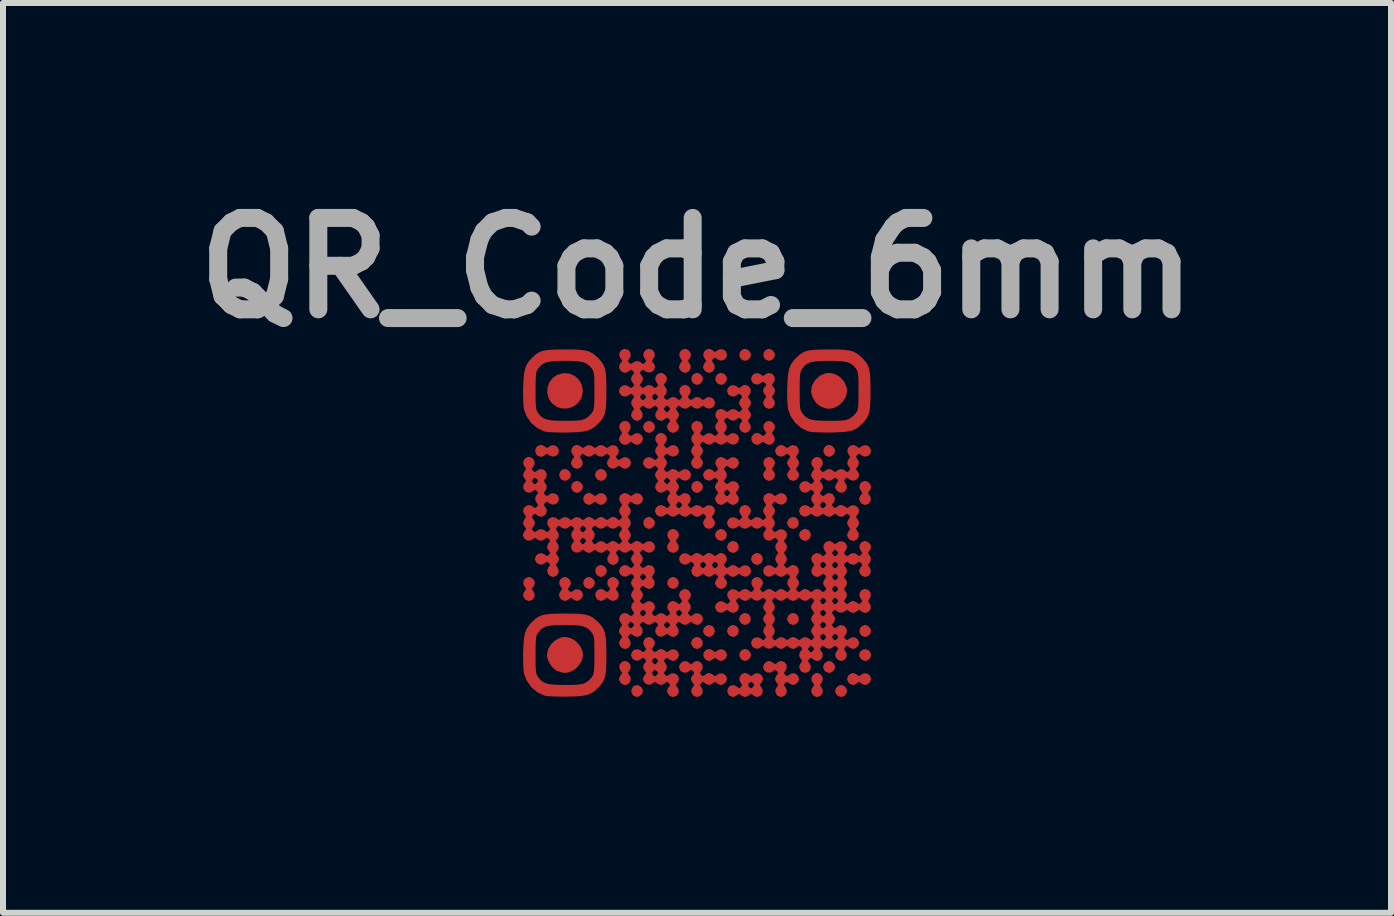
<source format=kicad_pcb>
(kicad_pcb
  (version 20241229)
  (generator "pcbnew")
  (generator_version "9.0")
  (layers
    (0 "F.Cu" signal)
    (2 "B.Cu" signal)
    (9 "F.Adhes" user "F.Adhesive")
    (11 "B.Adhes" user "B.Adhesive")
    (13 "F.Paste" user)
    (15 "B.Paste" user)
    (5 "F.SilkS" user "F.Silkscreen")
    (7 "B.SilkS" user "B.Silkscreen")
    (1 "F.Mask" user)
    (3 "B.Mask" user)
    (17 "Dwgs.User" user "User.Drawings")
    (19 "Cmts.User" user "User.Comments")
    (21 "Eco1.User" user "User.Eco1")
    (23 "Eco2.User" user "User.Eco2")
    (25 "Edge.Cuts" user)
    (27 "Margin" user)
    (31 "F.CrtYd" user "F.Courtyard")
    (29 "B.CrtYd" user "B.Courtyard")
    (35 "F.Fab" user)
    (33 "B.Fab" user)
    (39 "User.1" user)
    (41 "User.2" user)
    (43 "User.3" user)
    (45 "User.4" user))
  (footprint "QR_Code_6mm"
    (layer "F.Cu")
    (at 8.571 5.668)
    (property "Reference" "QR_Code_6mm" (at 0 -4.25 0) (layer "F.Fab") (effects (font (size 1.524 1.524) (thickness 0.3))))
    (attr board_only exclude_from_pos_files exclude_from_bom)
    (fp_poly (pts (xy -2.152 -0.883) (xy -2.113 -0.842) (xy -2.102 -0.801) (xy -2.119 -0.75) (xy -2.161 -0.712) (xy -2.202 -0.701) (xy -2.246 -0.714) (xy -2.27 -0.732) (xy -2.297 -0.782) (xy -2.292 -0.835) (xy -2.262 -0.879) (xy -2.212 -0.9) (xy -2.202 -0.901)) (stroke (width 0) (type solid)) (fill yes) (layer "F.Cu"))
    (fp_poly (pts (xy -1.951 -0.683) (xy -1.913 -0.641) (xy -1.901 -0.6) (xy -1.919 -0.55) (xy -1.961 -0.512) (xy -2.002 -0.5) (xy -2.046 -0.514) (xy -2.07 -0.532) (xy -2.097 -0.582) (xy -2.092 -0.635) (xy -2.062 -0.679) (xy -2.011 -0.7) (xy -2.002 -0.701)) (stroke (width 0) (type solid)) (fill yes) (layer "F.Cu"))
    (fp_poly (pts (xy -1.751 0.918) (xy -1.713 0.96) (xy -1.701 1.001) (xy -1.719 1.051) (xy -1.76 1.089) (xy -1.801 1.101) (xy -1.845 1.087) (xy -1.87 1.069) (xy -1.897 1.02) (xy -1.892 0.966) (xy -1.862 0.923) (xy -1.811 0.901) (xy -1.801 0.901)) (stroke (width 0) (type solid)) (fill yes) (layer "F.Cu"))
    (fp_poly (pts (xy -1.551 0.718) (xy -1.513 0.76) (xy -1.501 0.801) (xy -1.519 0.851) (xy -1.56 0.889) (xy -1.601 0.901) (xy -1.645 0.887) (xy -1.67 0.869) (xy -1.696 0.819) (xy -1.692 0.766) (xy -1.662 0.722) (xy -1.611 0.701) (xy -1.601 0.701)) (stroke (width 0) (type solid)) (fill yes) (layer "F.Cu"))
    (fp_poly (pts (xy -0.951 2.719) (xy -0.912 2.761) (xy -0.901 2.802) (xy -0.918 2.852) (xy -0.96 2.891) (xy -1.001 2.902) (xy -1.045 2.889) (xy -1.069 2.871) (xy -1.096 2.821) (xy -1.091 2.768) (xy -1.061 2.724) (xy -1.011 2.703) (xy -1.001 2.702)) (stroke (width 0) (type solid)) (fill yes) (layer "F.Cu"))
    (fp_poly (pts (xy -0.75 -0.083) (xy -0.712 -0.041) (xy -0.701 0) (xy -0.718 0.05) (xy -0.76 0.088) (xy -0.801 0.1) (xy -0.845 0.087) (xy -0.869 0.069) (xy -0.896 0.019) (xy -0.891 -0.034) (xy -0.861 -0.078) (xy -0.811 -0.1) (xy -0.801 -0.1)) (stroke (width 0) (type solid)) (fill yes) (layer "F.Cu"))
    (fp_poly (pts (xy 0.05 -2.485) (xy 0.088 -2.443) (xy 0.1 -2.402) (xy 0.083 -2.352) (xy 0.041 -2.313) (xy 0 -2.302) (xy -0.044 -2.315) (xy -0.069 -2.333) (xy -0.095 -2.383) (xy -0.091 -2.436) (xy -0.061 -2.48) (xy -0.01 -2.501) (xy 0 -2.502)) (stroke (width 0) (type solid)) (fill yes) (layer "F.Cu"))
    (fp_poly (pts (xy 0.05 -0.683) (xy 0.088 -0.641) (xy 0.1 -0.6) (xy 0.083 -0.55) (xy 0.041 -0.512) (xy 0 -0.5) (xy -0.044 -0.514) (xy -0.069 -0.532) (xy -0.095 -0.582) (xy -0.091 -0.635) (xy -0.061 -0.679) (xy -0.01 -0.7) (xy 0 -0.701)) (stroke (width 0) (type solid)) (fill yes) (layer "F.Cu"))
    (fp_poly (pts (xy 0.451 -2.485) (xy 0.489 -2.443) (xy 0.5 -2.402) (xy 0.483 -2.352) (xy 0.441 -2.313) (xy 0.4 -2.302) (xy 0.356 -2.315) (xy 0.332 -2.333) (xy 0.305 -2.383) (xy 0.31 -2.436) (xy 0.34 -2.48) (xy 0.39 -2.501) (xy 0.4 -2.502)) (stroke (width 0) (type solid)) (fill yes) (layer "F.Cu"))
    (fp_poly (pts (xy 0.851 -2.885) (xy 0.889 -2.843) (xy 0.901 -2.802) (xy 0.883 -2.752) (xy 0.842 -2.714) (xy 0.801 -2.702) (xy 0.757 -2.716) (xy 0.732 -2.734) (xy 0.706 -2.783) (xy 0.71 -2.837) (xy 0.74 -2.88) (xy 0.791 -2.902) (xy 0.801 -2.902)) (stroke (width 0) (type solid)) (fill yes) (layer "F.Cu"))
    (fp_poly (pts (xy 0.851 2.119) (xy 0.889 2.161) (xy 0.901 2.202) (xy 0.883 2.252) (xy 0.842 2.29) (xy 0.801 2.302) (xy 0.757 2.288) (xy 0.732 2.27) (xy 0.706 2.221) (xy 0.71 2.167) (xy 0.74 2.124) (xy 0.791 2.102) (xy 0.801 2.102)) (stroke (width 0) (type solid)) (fill yes) (layer "F.Cu"))
    (fp_poly (pts (xy 1.251 -2.885) (xy 1.289 -2.843) (xy 1.301 -2.802) (xy 1.284 -2.752) (xy 1.242 -2.714) (xy 1.201 -2.702) (xy 1.157 -2.716) (xy 1.132 -2.734) (xy 1.106 -2.783) (xy 1.11 -2.837) (xy 1.14 -2.88) (xy 1.191 -2.902) (xy 1.201 -2.902)) (stroke (width 0) (type solid)) (fill yes) (layer "F.Cu"))
    (fp_poly (pts (xy 2.252 -1.284) (xy 2.29 -1.242) (xy 2.302 -1.201) (xy 2.284 -1.151) (xy 2.243 -1.112) (xy 2.202 -1.101) (xy 2.158 -1.114) (xy 2.133 -1.132) (xy 2.107 -1.182) (xy 2.111 -1.235) (xy 2.141 -1.279) (xy 2.192 -1.301) (xy 2.202 -1.301)) (stroke (width 0) (type solid)) (fill yes) (layer "F.Cu"))
    (fp_poly (pts (xy 2.852 1.719) (xy 2.891 1.76) (xy 2.902 1.801) (xy 2.885 1.852) (xy 2.843 1.89) (xy 2.802 1.901) (xy 2.758 1.888) (xy 2.734 1.87) (xy 2.707 1.82) (xy 2.712 1.767) (xy 2.742 1.723) (xy 2.792 1.702) (xy 2.802 1.701)) (stroke (width 0) (type solid)) (fill yes) (layer "F.Cu"))
    (fp_poly (pts (xy -0.347 0.917) (xy -0.313 0.958) (xy -0.304 1.011) (xy -0.325 1.062) (xy -0.332 1.069) (xy -0.374 1.095) (xy -0.4 1.101) (xy -0.444 1.087) (xy -0.469 1.069) (xy -0.495 1.02) (xy -0.491 0.966) (xy -0.461 0.923) (xy -0.41 0.901) (xy -0.4 0.901)) (stroke (width 0) (type solid)) (fill yes) (layer "F.Cu"))
    (fp_poly (pts (xy 0.053 1.918) (xy 0.087 1.959) (xy 0.096 2.012) (xy 0.075 2.063) (xy 0.069 2.07) (xy 0.027 2.096) (xy 0 2.102) (xy -0.044 2.088) (xy -0.069 2.07) (xy -0.094 2.028) (xy -0.1 2.002) (xy -0.087 1.958) (xy -0.069 1.933) (xy -0.027 1.907) (xy 0 1.901)) (stroke (width 0) (type solid)) (fill yes) (layer "F.Cu"))
    (fp_poly (pts (xy 0.254 1.718) (xy 0.288 1.759) (xy 0.297 1.811) (xy 0.275 1.863) (xy 0.269 1.87) (xy 0.227 1.896) (xy 0.2 1.901) (xy 0.156 1.888) (xy 0.132 1.87) (xy 0.106 1.828) (xy 0.1 1.801) (xy 0.114 1.757) (xy 0.132 1.733) (xy 0.173 1.707) (xy 0.2 1.701)) (stroke (width 0) (type solid)) (fill yes) (layer "F.Cu"))
    (fp_poly (pts (xy 0.454 0.117) (xy 0.488 0.158) (xy 0.497 0.21) (xy 0.476 0.261) (xy 0.469 0.269) (xy 0.427 0.295) (xy 0.4 0.3) (xy 0.356 0.287) (xy 0.332 0.269) (xy 0.306 0.227) (xy 0.3 0.2) (xy 0.314 0.156) (xy 0.332 0.132) (xy 0.374 0.106) (xy 0.4 0.1)) (stroke (width 0) (type solid)) (fill yes) (layer "F.Cu"))
    (fp_poly (pts (xy 0.654 0.317) (xy 0.688 0.358) (xy 0.697 0.41) (xy 0.676 0.462) (xy 0.669 0.469) (xy 0.627 0.495) (xy 0.6 0.5) (xy 0.556 0.487) (xy 0.532 0.469) (xy 0.506 0.427) (xy 0.5 0.4) (xy 0.514 0.356) (xy 0.532 0.332) (xy 0.574 0.306) (xy 0.6 0.3)) (stroke (width 0) (type solid)) (fill yes) (layer "F.Cu"))
    (fp_poly (pts (xy 0.654 1.718) (xy 0.688 1.759) (xy 0.697 1.811) (xy 0.676 1.863) (xy 0.669 1.87) (xy 0.627 1.896) (xy 0.6 1.901) (xy 0.556 1.888) (xy 0.532 1.87) (xy 0.506 1.828) (xy 0.5 1.801) (xy 0.514 1.757) (xy 0.532 1.733) (xy 0.574 1.707) (xy 0.6 1.701)) (stroke (width 0) (type solid)) (fill yes) (layer "F.Cu"))
    (fp_poly (pts (xy 0.854 1.518) (xy 0.888 1.559) (xy 0.897 1.611) (xy 0.876 1.663) (xy 0.869 1.67) (xy 0.827 1.696) (xy 0.801 1.701) (xy 0.757 1.688) (xy 0.732 1.67) (xy 0.706 1.628) (xy 0.701 1.601) (xy 0.714 1.557) (xy 0.732 1.533) (xy 0.774 1.507) (xy 0.801 1.501)) (stroke (width 0) (type solid)) (fill yes) (layer "F.Cu"))
    (fp_poly (pts (xy 1.054 0.517) (xy 1.088 0.558) (xy 1.097 0.61) (xy 1.076 0.662) (xy 1.069 0.669) (xy 1.028 0.695) (xy 1.001 0.701) (xy 0.957 0.687) (xy 0.932 0.669) (xy 0.906 0.627) (xy 0.901 0.6) (xy 0.914 0.556) (xy 0.932 0.532) (xy 0.974 0.506) (xy 1.001 0.5)) (stroke (width 0) (type solid)) (fill yes) (layer "F.Cu"))
    (fp_poly (pts (xy 1.655 -0.084) (xy 1.689 -0.043) (xy 1.698 0.01) (xy 1.677 0.061) (xy 1.67 0.069) (xy 1.628 0.094) (xy 1.601 0.1) (xy 1.557 0.087) (xy 1.533 0.069) (xy 1.507 0.027) (xy 1.501 0) (xy 1.515 -0.044) (xy 1.533 -0.069) (xy 1.574 -0.094) (xy 1.601 -0.1)) (stroke (width 0) (type solid)) (fill yes) (layer "F.Cu"))
    (fp_poly (pts (xy 1.655 1.518) (xy 1.689 1.559) (xy 1.698 1.611) (xy 1.677 1.663) (xy 1.67 1.67) (xy 1.628 1.696) (xy 1.601 1.701) (xy 1.557 1.688) (xy 1.533 1.67) (xy 1.507 1.628) (xy 1.501 1.601) (xy 1.515 1.557) (xy 1.533 1.533) (xy 1.574 1.507) (xy 1.601 1.501)) (stroke (width 0) (type solid)) (fill yes) (layer "F.Cu"))
    (fp_poly (pts (xy 1.855 0.117) (xy 1.889 0.158) (xy 1.898 0.21) (xy 1.877 0.261) (xy 1.87 0.269) (xy 1.828 0.295) (xy 1.801 0.3) (xy 1.757 0.287) (xy 1.733 0.269) (xy 1.707 0.227) (xy 1.701 0.2) (xy 1.715 0.156) (xy 1.733 0.132) (xy 1.775 0.106) (xy 1.801 0.1)) (stroke (width 0) (type solid)) (fill yes) (layer "F.Cu"))
    (fp_poly (pts (xy 2.863 2.126) (xy 2.871 2.133) (xy 2.897 2.175) (xy 2.902 2.202) (xy 2.889 2.246) (xy 2.871 2.27) (xy 2.829 2.296) (xy 2.802 2.302) (xy 2.758 2.288) (xy 2.734 2.27) (xy 2.708 2.229) (xy 2.702 2.202) (xy 2.719 2.148) (xy 2.76 2.114) (xy 2.812 2.105)) (stroke (width 0) (type solid)) (fill yes) (layer "F.Cu"))
    (fp_poly (pts (xy -1.557 -0.887) (xy -1.533 -0.869) (xy -1.507 -0.827) (xy -1.501 -0.801) (xy -1.515 -0.757) (xy -1.533 -0.732) (xy -1.574 -0.706) (xy -1.601 -0.701) (xy -1.645 -0.714) (xy -1.67 -0.732) (xy -1.696 -0.774) (xy -1.701 -0.801) (xy -1.688 -0.845) (xy -1.67 -0.869) (xy -1.628 -0.895) (xy -1.601 -0.901)) (stroke (width 0) (type solid)) (fill yes) (layer "F.Cu"))
    (fp_poly (pts (xy -0.757 -1.688) (xy -0.732 -1.67) (xy -0.706 -1.628) (xy -0.701 -1.601) (xy -0.714 -1.557) (xy -0.732 -1.533) (xy -0.774 -1.507) (xy -0.801 -1.501) (xy -0.845 -1.515) (xy -0.869 -1.533) (xy -0.895 -1.574) (xy -0.901 -1.601) (xy -0.887 -1.645) (xy -0.869 -1.67) (xy -0.827 -1.696) (xy -0.801 -1.701)) (stroke (width 0) (type solid)) (fill yes) (layer "F.Cu"))
    (fp_poly (pts (xy 2.246 2.315) (xy 2.27 2.333) (xy 2.296 2.375) (xy 2.302 2.402) (xy 2.288 2.446) (xy 2.27 2.471) (xy 2.229 2.496) (xy 2.202 2.502) (xy 2.158 2.488) (xy 2.133 2.471) (xy 2.107 2.429) (xy 2.102 2.402) (xy 2.115 2.358) (xy 2.133 2.333) (xy 2.175 2.307) (xy 2.202 2.302)) (stroke (width 0) (type solid)) (fill yes) (layer "F.Cu"))
    (fp_poly (pts (xy 2.446 2.716) (xy 2.471 2.734) (xy 2.496 2.775) (xy 2.502 2.802) (xy 2.488 2.846) (xy 2.471 2.871) (xy 2.429 2.897) (xy 2.402 2.902) (xy 2.358 2.889) (xy 2.333 2.871) (xy 2.307 2.829) (xy 2.302 2.802) (xy 2.315 2.758) (xy 2.333 2.734) (xy 2.375 2.708) (xy 2.402 2.702)) (stroke (width 0) (type solid)) (fill yes) (layer "F.Cu"))
    (fp_poly (pts (xy -2.13 -2.491) (xy -2.041 -2.452) (xy -1.97 -2.388) (xy -1.922 -2.306) (xy -1.903 -2.211) (xy -1.917 -2.112) (xy -1.932 -2.074) (xy -1.991 -1.992) (xy -2.073 -1.935) (xy -2.17 -1.907) (xy -2.269 -1.91) (xy -2.337 -1.934) (xy -2.42 -1.995) (xy -2.473 -2.074) (xy -2.497 -2.162) (xy -2.494 -2.253) (xy -2.464 -2.34) (xy -2.41 -2.414) (xy -2.332 -2.469) (xy -2.233 -2.497)) (stroke (width 0) (type solid)) (fill yes) (layer "F.Cu"))
    (fp_poly (pts (xy -2.106 1.92) (xy -2.021 1.971) (xy -1.953 2.045) (xy -1.911 2.134) (xy -1.901 2.203) (xy -1.92 2.293) (xy -1.97 2.377) (xy -2.042 2.445) (xy -2.128 2.489) (xy -2.204 2.501) (xy -2.267 2.491) (xy -2.335 2.466) (xy -2.347 2.461) (xy -2.417 2.404) (xy -2.471 2.322) (xy -2.5 2.232) (xy -2.502 2.202) (xy -2.483 2.107) (xy -2.433 2.021) (xy -2.359 1.953) (xy -2.27 1.911) (xy -2.202 1.901)) (stroke (width 0) (type solid)) (fill yes) (layer "F.Cu"))
    (fp_poly (pts (xy 2.297 -2.483) (xy 2.383 -2.433) (xy 2.45 -2.359) (xy 2.492 -2.269) (xy 2.502 -2.2) (xy 2.483 -2.11) (xy 2.434 -2.027) (xy 2.362 -1.959) (xy 2.276 -1.915) (xy 2.199 -1.902) (xy 2.136 -1.913) (xy 2.068 -1.937) (xy 2.057 -1.943) (xy 1.986 -2) (xy 1.932 -2.081) (xy 1.904 -2.171) (xy 1.901 -2.202) (xy 1.92 -2.297) (xy 1.971 -2.382) (xy 2.044 -2.45) (xy 2.134 -2.492) (xy 2.202 -2.502)) (stroke (width 0) (type solid)) (fill yes) (layer "F.Cu"))
    (fp_poly (pts (xy -2.752 0.918) (xy -2.714 0.96) (xy -2.702 1.001) (xy -2.716 1.045) (xy -2.734 1.069) (xy -2.755 1.097) (xy -2.744 1.121) (xy -2.734 1.132) (xy -2.707 1.182) (xy -2.712 1.235) (xy -2.742 1.279) (xy -2.792 1.301) (xy -2.802 1.301) (xy -2.846 1.287) (xy -2.871 1.27) (xy -2.9 1.217) (xy -2.891 1.16) (xy -2.871 1.132) (xy -2.85 1.105) (xy -2.86 1.081) (xy -2.871 1.069) (xy -2.897 1.02) (xy -2.893 0.966) (xy -2.863 0.923) (xy -2.812 0.901) (xy -2.802 0.901)) (stroke (width 0) (type solid)) (fill yes) (layer "F.Cu"))
    (fp_poly (pts (xy 2.055 2.519) (xy 2.089 2.56) (xy 2.098 2.612) (xy 2.077 2.663) (xy 2.07 2.671) (xy 2.049 2.698) (xy 2.059 2.722) (xy 2.07 2.734) (xy 2.097 2.783) (xy 2.092 2.837) (xy 2.062 2.88) (xy 2.011 2.902) (xy 2.002 2.902) (xy 1.958 2.889) (xy 1.933 2.871) (xy 1.904 2.818) (xy 1.912 2.762) (xy 1.933 2.734) (xy 1.954 2.706) (xy 1.944 2.682) (xy 1.933 2.671) (xy 1.906 2.621) (xy 1.911 2.568) (xy 1.941 2.524) (xy 1.992 2.502) (xy 2.002 2.502)) (stroke (width 0) (type solid)) (fill yes) (layer "F.Cu"))
    (fp_poly (pts (xy -2.558 -1.287) (xy -2.533 -1.27) (xy -2.506 -1.249) (xy -2.482 -1.259) (xy -2.471 -1.27) (xy -2.421 -1.296) (xy -2.368 -1.292) (xy -2.324 -1.261) (xy -2.302 -1.211) (xy -2.302 -1.201) (xy -2.318 -1.147) (xy -2.359 -1.114) (xy -2.412 -1.105) (xy -2.463 -1.126) (xy -2.471 -1.132) (xy -2.498 -1.153) (xy -2.522 -1.143) (xy -2.533 -1.132) (xy -2.575 -1.107) (xy -2.602 -1.101) (xy -2.646 -1.114) (xy -2.671 -1.132) (xy -2.697 -1.182) (xy -2.693 -1.235) (xy -2.663 -1.279) (xy -2.612 -1.301) (xy -2.602 -1.301)) (stroke (width 0) (type solid)) (fill yes) (layer "F.Cu"))
    (fp_poly (pts (xy -1.757 -0.487) (xy -1.733 -0.469) (xy -1.705 -0.448) (xy -1.681 -0.458) (xy -1.67 -0.469) (xy -1.62 -0.495) (xy -1.567 -0.491) (xy -1.523 -0.461) (xy -1.502 -0.41) (xy -1.501 -0.4) (xy -1.519 -0.35) (xy -1.56 -0.312) (xy -1.601 -0.3) (xy -1.645 -0.314) (xy -1.67 -0.332) (xy -1.698 -0.353) (xy -1.722 -0.342) (xy -1.733 -0.332) (xy -1.775 -0.306) (xy -1.801 -0.3) (xy -1.845 -0.314) (xy -1.87 -0.332) (xy -1.897 -0.381) (xy -1.892 -0.435) (xy -1.862 -0.478) (xy -1.811 -0.5) (xy -1.801 -0.5)) (stroke (width 0) (type solid)) (fill yes) (layer "F.Cu"))
    (fp_poly (pts (xy -1.147 2.318) (xy -1.114 2.359) (xy -1.105 2.412) (xy -1.126 2.463) (xy -1.132 2.471) (xy -1.153 2.498) (xy -1.143 2.522) (xy -1.132 2.533) (xy -1.106 2.583) (xy -1.11 2.636) (xy -1.14 2.68) (xy -1.191 2.702) (xy -1.201 2.702) (xy -1.245 2.689) (xy -1.27 2.671) (xy -1.295 2.629) (xy -1.301 2.602) (xy -1.287 2.558) (xy -1.27 2.533) (xy -1.249 2.506) (xy -1.259 2.482) (xy -1.27 2.471) (xy -1.296 2.421) (xy -1.292 2.368) (xy -1.261 2.324) (xy -1.211 2.302) (xy -1.201 2.302)) (stroke (width 0) (type solid)) (fill yes) (layer "F.Cu"))
    (fp_poly (pts (xy -0.35 0.117) (xy -0.312 0.159) (xy -0.3 0.2) (xy -0.314 0.244) (xy -0.332 0.269) (xy -0.353 0.296) (xy -0.342 0.32) (xy -0.332 0.332) (xy -0.303 0.385) (xy -0.311 0.441) (xy -0.332 0.469) (xy -0.374 0.495) (xy -0.4 0.5) (xy -0.444 0.487) (xy -0.469 0.469) (xy -0.495 0.427) (xy -0.5 0.4) (xy -0.487 0.356) (xy -0.469 0.332) (xy -0.448 0.304) (xy -0.458 0.28) (xy -0.469 0.269) (xy -0.495 0.219) (xy -0.491 0.166) (xy -0.461 0.122) (xy -0.41 0.101) (xy -0.4 0.1)) (stroke (width 0) (type solid)) (fill yes) (layer "F.Cu"))
    (fp_poly (pts (xy -0.15 -2.885) (xy -0.112 -2.843) (xy -0.1 -2.802) (xy -0.114 -2.758) (xy -0.132 -2.734) (xy -0.153 -2.706) (xy -0.142 -2.682) (xy -0.132 -2.671) (xy -0.105 -2.621) (xy -0.109 -2.568) (xy -0.14 -2.524) (xy -0.19 -2.502) (xy -0.2 -2.502) (xy -0.244 -2.516) (xy -0.269 -2.533) (xy -0.295 -2.575) (xy -0.3 -2.602) (xy -0.287 -2.646) (xy -0.269 -2.671) (xy -0.248 -2.698) (xy -0.258 -2.722) (xy -0.269 -2.734) (xy -0.295 -2.783) (xy -0.291 -2.837) (xy -0.261 -2.88) (xy -0.21 -2.902) (xy -0.2 -2.902)) (stroke (width 0) (type solid)) (fill yes) (layer "F.Cu"))
    (fp_poly (pts (xy 0.244 2.115) (xy 0.269 2.133) (xy 0.296 2.154) (xy 0.32 2.144) (xy 0.332 2.133) (xy 0.381 2.107) (xy 0.435 2.111) (xy 0.478 2.141) (xy 0.5 2.192) (xy 0.5 2.202) (xy 0.483 2.252) (xy 0.441 2.29) (xy 0.4 2.302) (xy 0.356 2.288) (xy 0.332 2.27) (xy 0.304 2.249) (xy 0.28 2.26) (xy 0.269 2.27) (xy 0.227 2.296) (xy 0.2 2.302) (xy 0.156 2.288) (xy 0.132 2.27) (xy 0.105 2.221) (xy 0.109 2.167) (xy 0.14 2.124) (xy 0.19 2.102) (xy 0.2 2.102)) (stroke (width 0) (type solid)) (fill yes) (layer "F.Cu"))
    (fp_poly (pts (xy 2.852 -0.683) (xy 2.891 -0.641) (xy 2.902 -0.6) (xy 2.889 -0.556) (xy 2.871 -0.532) (xy 2.85 -0.504) (xy 2.86 -0.48) (xy 2.871 -0.469) (xy 2.897 -0.419) (xy 2.893 -0.366) (xy 2.863 -0.322) (xy 2.812 -0.301) (xy 2.802 -0.3) (xy 2.758 -0.314) (xy 2.734 -0.332) (xy 2.708 -0.374) (xy 2.702 -0.4) (xy 2.716 -0.444) (xy 2.734 -0.469) (xy 2.755 -0.497) (xy 2.744 -0.521) (xy 2.734 -0.532) (xy 2.707 -0.582) (xy 2.712 -0.635) (xy 2.742 -0.679) (xy 2.792 -0.7) (xy 2.802 -0.701)) (stroke (width 0) (type solid)) (fill yes) (layer "F.Cu"))
    (fp_poly (pts (xy 1.251 -1.084) (xy 1.289 -1.042) (xy 1.301 -1.001) (xy 1.287 -0.957) (xy 1.27 -0.932) (xy 1.249 -0.904) (xy 1.259 -0.88) (xy 1.27 -0.869) (xy 1.295 -0.827) (xy 1.301 -0.801) (xy 1.287 -0.757) (xy 1.27 -0.732) (xy 1.228 -0.706) (xy 1.201 -0.701) (xy 1.157 -0.714) (xy 1.132 -0.732) (xy 1.107 -0.774) (xy 1.101 -0.801) (xy 1.114 -0.845) (xy 1.132 -0.869) (xy 1.153 -0.897) (xy 1.143 -0.921) (xy 1.132 -0.932) (xy 1.106 -0.982) (xy 1.11 -1.035) (xy 1.14 -1.079) (xy 1.191 -1.1) (xy 1.201 -1.101)) (stroke (width 0) (type solid)) (fill yes) (layer "F.Cu"))
    (fp_poly (pts (xy 2.646 2.516) (xy 2.671 2.533) (xy 2.698 2.554) (xy 2.722 2.544) (xy 2.734 2.533) (xy 2.783 2.507) (xy 2.837 2.511) (xy 2.88 2.542) (xy 2.902 2.592) (xy 2.902 2.602) (xy 2.885 2.652) (xy 2.843 2.691) (xy 2.802 2.702) (xy 2.758 2.689) (xy 2.734 2.671) (xy 2.706 2.65) (xy 2.682 2.66) (xy 2.671 2.671) (xy 2.629 2.696) (xy 2.602 2.702) (xy 2.558 2.689) (xy 2.533 2.671) (xy 2.508 2.629) (xy 2.502 2.602) (xy 2.516 2.558) (xy 2.533 2.533) (xy 2.575 2.508) (xy 2.602 2.502)) (stroke (width 0) (type solid)) (fill yes) (layer "F.Cu"))
    (fp_poly (pts (xy -2.152 0.918) (xy -2.113 0.96) (xy -2.102 1.001) (xy -2.115 1.045) (xy -2.133 1.069) (xy -2.154 1.097) (xy -2.144 1.121) (xy -2.133 1.132) (xy -2.105 1.153) (xy -2.081 1.143) (xy -2.07 1.132) (xy -2.02 1.106) (xy -1.967 1.11) (xy -1.923 1.14) (xy -1.902 1.191) (xy -1.901 1.201) (xy -1.919 1.251) (xy -1.961 1.289) (xy -2.002 1.301) (xy -2.046 1.287) (xy -2.07 1.27) (xy -2.098 1.249) (xy -2.122 1.259) (xy -2.133 1.27) (xy -2.175 1.295) (xy -2.202 1.301) (xy -2.246 1.287) (xy -2.27 1.27) (xy -2.296 1.228) (xy -2.302 1.201) (xy -2.288 1.157) (xy -2.27 1.132) (xy -2.249 1.105) (xy -2.26 1.081) (xy -2.27 1.069) (xy -2.297 1.02) (xy -2.292 0.966) (xy -2.262 0.923) (xy -2.212 0.901) (xy -2.202 0.901)) (stroke (width 0) (type solid)) (fill yes) (layer "F.Cu"))
    (fp_poly (pts (xy -1.351 0.918) (xy -1.313 0.96) (xy -1.301 1.001) (xy -1.315 1.045) (xy -1.332 1.069) (xy -1.353 1.097) (xy -1.343 1.121) (xy -1.332 1.132) (xy -1.306 1.182) (xy -1.31 1.235) (xy -1.341 1.279) (xy -1.391 1.301) (xy -1.401 1.301) (xy -1.445 1.287) (xy -1.47 1.27) (xy -1.497 1.249) (xy -1.521 1.259) (xy -1.533 1.27) (xy -1.574 1.295) (xy -1.601 1.301) (xy -1.645 1.287) (xy -1.67 1.27) (xy -1.696 1.22) (xy -1.692 1.167) (xy -1.662 1.123) (xy -1.611 1.101) (xy -1.601 1.101) (xy -1.557 1.114) (xy -1.533 1.132) (xy -1.505 1.153) (xy -1.481 1.143) (xy -1.47 1.132) (xy -1.449 1.105) (xy -1.459 1.081) (xy -1.47 1.069) (xy -1.496 1.02) (xy -1.492 0.966) (xy -1.462 0.923) (xy -1.411 0.901) (xy -1.401 0.901)) (stroke (width 0) (type solid)) (fill yes) (layer "F.Cu"))
    (fp_poly (pts (xy -1.147 -1.685) (xy -1.114 -1.644) (xy -1.105 -1.591) (xy -1.126 -1.54) (xy -1.132 -1.533) (xy -1.153 -1.505) (xy -1.143 -1.481) (xy -1.132 -1.47) (xy -1.105 -1.449) (xy -1.081 -1.459) (xy -1.069 -1.47) (xy -1.02 -1.496) (xy -0.966 -1.492) (xy -0.923 -1.462) (xy -0.901 -1.411) (xy -0.901 -1.401) (xy -0.918 -1.351) (xy -0.96 -1.313) (xy -1.001 -1.301) (xy -1.045 -1.315) (xy -1.069 -1.332) (xy -1.097 -1.353) (xy -1.121 -1.343) (xy -1.132 -1.332) (xy -1.174 -1.307) (xy -1.201 -1.301) (xy -1.245 -1.315) (xy -1.27 -1.332) (xy -1.295 -1.374) (xy -1.301 -1.401) (xy -1.287 -1.445) (xy -1.27 -1.47) (xy -1.249 -1.497) (xy -1.259 -1.521) (xy -1.27 -1.533) (xy -1.296 -1.582) (xy -1.292 -1.636) (xy -1.261 -1.679) (xy -1.211 -1.701) (xy -1.201 -1.701)) (stroke (width 0) (type solid)) (fill yes) (layer "F.Cu"))
    (fp_poly (pts (xy 0.244 -2.889) (xy 0.269 -2.871) (xy 0.296 -2.85) (xy 0.32 -2.86) (xy 0.332 -2.871) (xy 0.381 -2.897) (xy 0.435 -2.893) (xy 0.478 -2.863) (xy 0.5 -2.812) (xy 0.5 -2.802) (xy 0.484 -2.749) (xy 0.443 -2.715) (xy 0.39 -2.706) (xy 0.339 -2.727) (xy 0.332 -2.734) (xy 0.304 -2.755) (xy 0.28 -2.744) (xy 0.269 -2.734) (xy 0.248 -2.706) (xy 0.258 -2.682) (xy 0.269 -2.671) (xy 0.295 -2.621) (xy 0.291 -2.568) (xy 0.261 -2.524) (xy 0.21 -2.502) (xy 0.2 -2.502) (xy 0.156 -2.516) (xy 0.132 -2.533) (xy 0.106 -2.575) (xy 0.1 -2.602) (xy 0.114 -2.646) (xy 0.132 -2.671) (xy 0.153 -2.698) (xy 0.142 -2.722) (xy 0.132 -2.734) (xy 0.105 -2.783) (xy 0.109 -2.837) (xy 0.14 -2.88) (xy 0.19 -2.902) (xy 0.2 -2.902)) (stroke (width 0) (type solid)) (fill yes) (layer "F.Cu"))
    (fp_poly (pts (xy 1.251 -1.684) (xy 1.289 -1.642) (xy 1.301 -1.601) (xy 1.287 -1.557) (xy 1.27 -1.533) (xy 1.249 -1.505) (xy 1.259 -1.481) (xy 1.27 -1.47) (xy 1.296 -1.42) (xy 1.292 -1.367) (xy 1.261 -1.323) (xy 1.211 -1.302) (xy 1.201 -1.301) (xy 1.157 -1.315) (xy 1.132 -1.332) (xy 1.105 -1.353) (xy 1.081 -1.343) (xy 1.069 -1.332) (xy 1.028 -1.307) (xy 1.001 -1.301) (xy 0.957 -1.315) (xy 0.932 -1.332) (xy 0.906 -1.382) (xy 0.91 -1.435) (xy 0.94 -1.479) (xy 0.991 -1.501) (xy 1.001 -1.501) (xy 1.045 -1.488) (xy 1.069 -1.47) (xy 1.097 -1.449) (xy 1.121 -1.459) (xy 1.132 -1.47) (xy 1.153 -1.497) (xy 1.143 -1.521) (xy 1.132 -1.533) (xy 1.106 -1.582) (xy 1.11 -1.636) (xy 1.14 -1.679) (xy 1.191 -1.701) (xy 1.201 -1.701)) (stroke (width 0) (type solid)) (fill yes) (layer "F.Cu"))
    (fp_poly (pts (xy 1.241 -2.491) (xy 1.27 -2.471) (xy 1.298 -2.418) (xy 1.29 -2.361) (xy 1.27 -2.333) (xy 1.249 -2.306) (xy 1.259 -2.282) (xy 1.27 -2.27) (xy 1.295 -2.229) (xy 1.301 -2.202) (xy 1.287 -2.158) (xy 1.27 -2.133) (xy 1.249 -2.105) (xy 1.259 -2.081) (xy 1.27 -2.07) (xy 1.296 -2.02) (xy 1.292 -1.967) (xy 1.261 -1.923) (xy 1.211 -1.902) (xy 1.201 -1.901) (xy 1.157 -1.915) (xy 1.132 -1.933) (xy 1.107 -1.975) (xy 1.101 -2.002) (xy 1.114 -2.046) (xy 1.132 -2.07) (xy 1.153 -2.098) (xy 1.143 -2.122) (xy 1.132 -2.133) (xy 1.107 -2.175) (xy 1.101 -2.202) (xy 1.114 -2.246) (xy 1.132 -2.27) (xy 1.153 -2.298) (xy 1.143 -2.322) (xy 1.132 -2.333) (xy 1.105 -2.354) (xy 1.081 -2.344) (xy 1.069 -2.333) (xy 1.02 -2.307) (xy 0.966 -2.311) (xy 0.923 -2.341) (xy 0.901 -2.392) (xy 0.901 -2.402) (xy 0.917 -2.455) (xy 0.958 -2.489) (xy 1.011 -2.498) (xy 1.062 -2.477) (xy 1.069 -2.471) (xy 1.097 -2.45) (xy 1.121 -2.46) (xy 1.132 -2.471) (xy 1.185 -2.499)) (stroke (width 0) (type solid)) (fill yes) (layer "F.Cu"))
    (fp_poly (pts (xy 1.445 -1.287) (xy 1.47 -1.27) (xy 1.497 -1.249) (xy 1.521 -1.259) (xy 1.533 -1.27) (xy 1.586 -1.298) (xy 1.642 -1.29) (xy 1.67 -1.27) (xy 1.699 -1.217) (xy 1.69 -1.16) (xy 1.67 -1.132) (xy 1.649 -1.105) (xy 1.659 -1.081) (xy 1.67 -1.069) (xy 1.696 -1.028) (xy 1.701 -1.001) (xy 1.688 -0.957) (xy 1.67 -0.932) (xy 1.649 -0.904) (xy 1.659 -0.88) (xy 1.67 -0.869) (xy 1.696 -0.827) (xy 1.701 -0.801) (xy 1.688 -0.757) (xy 1.67 -0.732) (xy 1.628 -0.706) (xy 1.601 -0.701) (xy 1.557 -0.714) (xy 1.533 -0.732) (xy 1.507 -0.774) (xy 1.501 -0.801) (xy 1.515 -0.845) (xy 1.533 -0.869) (xy 1.554 -0.897) (xy 1.543 -0.921) (xy 1.533 -0.932) (xy 1.507 -0.974) (xy 1.501 -1.001) (xy 1.515 -1.045) (xy 1.533 -1.069) (xy 1.554 -1.097) (xy 1.543 -1.121) (xy 1.533 -1.132) (xy 1.505 -1.153) (xy 1.481 -1.143) (xy 1.47 -1.132) (xy 1.42 -1.106) (xy 1.367 -1.11) (xy 1.323 -1.14) (xy 1.302 -1.191) (xy 1.301 -1.201) (xy 1.318 -1.251) (xy 1.36 -1.289) (xy 1.401 -1.301)) (stroke (width 0) (type solid)) (fill yes) (layer "F.Cu"))
    (fp_poly (pts (xy 1.455 2.318) (xy 1.488 2.359) (xy 1.497 2.412) (xy 1.476 2.463) (xy 1.47 2.471) (xy 1.449 2.498) (xy 1.459 2.522) (xy 1.47 2.533) (xy 1.497 2.554) (xy 1.521 2.544) (xy 1.533 2.533) (xy 1.582 2.507) (xy 1.636 2.511) (xy 1.679 2.542) (xy 1.701 2.592) (xy 1.701 2.602) (xy 1.684 2.652) (xy 1.642 2.691) (xy 1.601 2.702) (xy 1.557 2.689) (xy 1.533 2.671) (xy 1.505 2.65) (xy 1.481 2.66) (xy 1.47 2.671) (xy 1.449 2.698) (xy 1.459 2.722) (xy 1.47 2.734) (xy 1.496 2.783) (xy 1.492 2.837) (xy 1.462 2.88) (xy 1.411 2.902) (xy 1.401 2.902) (xy 1.357 2.889) (xy 1.332 2.871) (xy 1.304 2.818) (xy 1.312 2.762) (xy 1.332 2.734) (xy 1.353 2.706) (xy 1.343 2.682) (xy 1.332 2.671) (xy 1.307 2.629) (xy 1.301 2.602) (xy 1.315 2.558) (xy 1.332 2.533) (xy 1.353 2.506) (xy 1.343 2.482) (xy 1.332 2.471) (xy 1.305 2.45) (xy 1.281 2.46) (xy 1.27 2.471) (xy 1.22 2.497) (xy 1.167 2.493) (xy 1.123 2.462) (xy 1.101 2.412) (xy 1.101 2.402) (xy 1.118 2.352) (xy 1.16 2.313) (xy 1.201 2.302) (xy 1.245 2.315) (xy 1.27 2.333) (xy 1.297 2.354) (xy 1.321 2.344) (xy 1.332 2.333) (xy 1.374 2.307) (xy 1.401 2.302)) (stroke (width 0) (type solid)) (fill yes) (layer "F.Cu"))
    (fp_poly (pts (xy 0.845 2.516) (xy 0.869 2.533) (xy 0.897 2.554) (xy 0.921 2.544) (xy 0.932 2.533) (xy 0.982 2.507) (xy 1.035 2.511) (xy 1.079 2.542) (xy 1.1 2.592) (xy 1.101 2.602) (xy 1.087 2.646) (xy 1.069 2.671) (xy 1.048 2.698) (xy 1.059 2.722) (xy 1.069 2.734) (xy 1.096 2.783) (xy 1.091 2.837) (xy 1.061 2.88) (xy 1.011 2.902) (xy 1.001 2.902) (xy 0.957 2.889) (xy 0.932 2.871) (xy 0.904 2.85) (xy 0.88 2.86) (xy 0.869 2.871) (xy 0.827 2.897) (xy 0.801 2.902) (xy 0.757 2.889) (xy 0.732 2.871) (xy 0.704 2.85) (xy 0.68 2.86) (xy 0.669 2.871) (xy 0.627 2.897) (xy 0.6 2.902) (xy 0.556 2.889) (xy 0.532 2.871) (xy 0.505 2.821) (xy 0.51 2.768) (xy 0.54 2.724) (xy 0.591 2.703) (xy 0.6 2.702) (xy 0.645 2.716) (xy 0.669 2.734) (xy 0.697 2.755) (xy 0.721 2.744) (xy 0.732 2.734) (xy 0.753 2.706) (xy 0.75 2.7) (xy 0.849 2.7) (xy 0.862 2.728) (xy 0.865 2.731) (xy 0.891 2.757) (xy 0.91 2.754) (xy 0.934 2.732) (xy 0.953 2.705) (xy 0.941 2.68) (xy 0.932 2.671) (xy 0.904 2.65) (xy 0.88 2.66) (xy 0.87 2.67) (xy 0.849 2.7) (xy 0.75 2.7) (xy 0.743 2.682) (xy 0.732 2.671) (xy 0.706 2.621) (xy 0.71 2.568) (xy 0.74 2.524) (xy 0.791 2.502) (xy 0.801 2.502)) (stroke (width 0) (type solid)) (fill yes) (layer "F.Cu"))
    (fp_poly (pts (xy 0.053 2.318) (xy 0.087 2.359) (xy 0.096 2.412) (xy 0.075 2.463) (xy 0.069 2.471) (xy 0.048 2.498) (xy 0.058 2.522) (xy 0.069 2.533) (xy 0.096 2.554) (xy 0.12 2.544) (xy 0.132 2.533) (xy 0.173 2.508) (xy 0.2 2.502) (xy 0.244 2.516) (xy 0.269 2.533) (xy 0.296 2.554) (xy 0.32 2.544) (xy 0.332 2.533) (xy 0.381 2.507) (xy 0.435 2.511) (xy 0.478 2.542) (xy 0.5 2.592) (xy 0.5 2.602) (xy 0.483 2.652) (xy 0.441 2.691) (xy 0.4 2.702) (xy 0.356 2.689) (xy 0.332 2.671) (xy 0.304 2.65) (xy 0.28 2.66) (xy 0.269 2.671) (xy 0.227 2.696) (xy 0.2 2.702) (xy 0.156 2.689) (xy 0.132 2.671) (xy 0.104 2.65) (xy 0.08 2.66) (xy 0.069 2.671) (xy 0.048 2.698) (xy 0.058 2.722) (xy 0.069 2.734) (xy 0.095 2.783) (xy 0.091 2.837) (xy 0.061 2.88) (xy 0.01 2.902) (xy 0 2.902) (xy -0.044 2.889) (xy -0.069 2.871) (xy -0.097 2.818) (xy -0.089 2.762) (xy -0.069 2.734) (xy -0.048 2.706) (xy -0.058 2.682) (xy -0.069 2.671) (xy -0.094 2.629) (xy -0.1 2.602) (xy -0.087 2.558) (xy -0.069 2.533) (xy -0.048 2.506) (xy -0.058 2.482) (xy -0.069 2.471) (xy -0.096 2.45) (xy -0.12 2.46) (xy -0.132 2.471) (xy -0.181 2.497) (xy -0.235 2.493) (xy -0.278 2.462) (xy -0.3 2.412) (xy -0.3 2.402) (xy -0.283 2.352) (xy -0.241 2.313) (xy -0.2 2.302) (xy -0.156 2.315) (xy -0.132 2.333) (xy -0.104 2.354) (xy -0.08 2.344) (xy -0.069 2.333) (xy -0.027 2.307) (xy 0 2.302)) (stroke (width 0) (type solid)) (fill yes) (layer "F.Cu"))
    (fp_poly (pts (xy -1.958 -1.287) (xy -1.933 -1.27) (xy -1.905 -1.249) (xy -1.881 -1.259) (xy -1.87 -1.27) (xy -1.817 -1.298) (xy -1.761 -1.29) (xy -1.733 -1.27) (xy -1.705 -1.249) (xy -1.681 -1.259) (xy -1.67 -1.27) (xy -1.617 -1.298) (xy -1.561 -1.29) (xy -1.533 -1.27) (xy -1.505 -1.249) (xy -1.481 -1.259) (xy -1.47 -1.27) (xy -1.417 -1.298) (xy -1.361 -1.29) (xy -1.332 -1.27) (xy -1.304 -1.217) (xy -1.312 -1.16) (xy -1.332 -1.132) (xy -1.353 -1.105) (xy -1.343 -1.081) (xy -1.332 -1.069) (xy -1.305 -1.048) (xy -1.281 -1.059) (xy -1.27 -1.069) (xy -1.22 -1.096) (xy -1.167 -1.091) (xy -1.123 -1.061) (xy -1.101 -1.011) (xy -1.101 -1.001) (xy -1.118 -0.951) (xy -1.16 -0.912) (xy -1.201 -0.901) (xy -1.245 -0.914) (xy -1.27 -0.932) (xy -1.297 -0.953) (xy -1.321 -0.943) (xy -1.332 -0.932) (xy -1.382 -0.906) (xy -1.435 -0.91) (xy -1.479 -0.94) (xy -1.501 -0.991) (xy -1.501 -1.001) (xy -1.488 -1.045) (xy -1.47 -1.069) (xy -1.449 -1.097) (xy -1.459 -1.121) (xy -1.47 -1.132) (xy -1.497 -1.153) (xy -1.521 -1.143) (xy -1.533 -1.132) (xy -1.586 -1.104) (xy -1.642 -1.112) (xy -1.67 -1.132) (xy -1.698 -1.153) (xy -1.722 -1.143) (xy -1.733 -1.132) (xy -1.786 -1.104) (xy -1.842 -1.112) (xy -1.87 -1.132) (xy -1.898 -1.153) (xy -1.922 -1.143) (xy -1.933 -1.132) (xy -1.954 -1.105) (xy -1.944 -1.081) (xy -1.933 -1.069) (xy -1.906 -1.02) (xy -1.911 -0.966) (xy -1.941 -0.923) (xy -1.992 -0.901) (xy -2.002 -0.901) (xy -2.046 -0.914) (xy -2.07 -0.932) (xy -2.096 -0.974) (xy -2.102 -1.001) (xy -2.088 -1.045) (xy -2.07 -1.069) (xy -2.049 -1.097) (xy -2.059 -1.121) (xy -2.07 -1.132) (xy -2.097 -1.182) (xy -2.092 -1.235) (xy -2.062 -1.279) (xy -2.011 -1.301) (xy -2.002 -1.301)) (stroke (width 0) (type solid)) (fill yes) (layer "F.Cu"))
    (fp_poly (pts (xy 0.444 -1.087) (xy 0.469 -1.069) (xy 0.497 -1.048) (xy 0.521 -1.059) (xy 0.532 -1.069) (xy 0.582 -1.096) (xy 0.635 -1.091) (xy 0.679 -1.061) (xy 0.7 -1.011) (xy 0.701 -1.001) (xy 0.683 -0.951) (xy 0.641 -0.912) (xy 0.6 -0.901) (xy 0.556 -0.914) (xy 0.532 -0.932) (xy 0.504 -0.953) (xy 0.48 -0.943) (xy 0.469 -0.932) (xy 0.448 -0.904) (xy 0.458 -0.88) (xy 0.469 -0.869) (xy 0.498 -0.816) (xy 0.489 -0.76) (xy 0.469 -0.732) (xy 0.448 -0.704) (xy 0.458 -0.68) (xy 0.469 -0.669) (xy 0.497 -0.648) (xy 0.521 -0.658) (xy 0.532 -0.669) (xy 0.582 -0.696) (xy 0.635 -0.691) (xy 0.679 -0.661) (xy 0.7 -0.61) (xy 0.701 -0.6) (xy 0.687 -0.556) (xy 0.669 -0.532) (xy 0.648 -0.504) (xy 0.658 -0.48) (xy 0.669 -0.469) (xy 0.698 -0.416) (xy 0.69 -0.36) (xy 0.669 -0.332) (xy 0.627 -0.306) (xy 0.6 -0.3) (xy 0.556 -0.314) (xy 0.532 -0.332) (xy 0.504 -0.353) (xy 0.48 -0.342) (xy 0.469 -0.332) (xy 0.427 -0.306) (xy 0.4 -0.3) (xy 0.356 -0.314) (xy 0.332 -0.332) (xy 0.306 -0.374) (xy 0.3 -0.4) (xy 0.314 -0.444) (xy 0.332 -0.469) (xy 0.353 -0.497) (xy 0.35 -0.503) (xy 0.449 -0.503) (xy 0.462 -0.475) (xy 0.464 -0.471) (xy 0.49 -0.446) (xy 0.51 -0.449) (xy 0.533 -0.47) (xy 0.553 -0.497) (xy 0.541 -0.522) (xy 0.532 -0.532) (xy 0.504 -0.553) (xy 0.48 -0.542) (xy 0.469 -0.532) (xy 0.449 -0.503) (xy 0.35 -0.503) (xy 0.342 -0.521) (xy 0.332 -0.532) (xy 0.306 -0.574) (xy 0.3 -0.6) (xy 0.314 -0.645) (xy 0.332 -0.669) (xy 0.353 -0.697) (xy 0.342 -0.721) (xy 0.332 -0.732) (xy 0.304 -0.753) (xy 0.28 -0.743) (xy 0.269 -0.732) (xy 0.219 -0.706) (xy 0.166 -0.71) (xy 0.122 -0.74) (xy 0.101 -0.791) (xy 0.1 -0.801) (xy 0.117 -0.851) (xy 0.159 -0.889) (xy 0.2 -0.901) (xy 0.244 -0.887) (xy 0.269 -0.869) (xy 0.296 -0.848) (xy 0.32 -0.859) (xy 0.332 -0.869) (xy 0.353 -0.897) (xy 0.342 -0.921) (xy 0.332 -0.932) (xy 0.305 -0.982) (xy 0.31 -1.035) (xy 0.34 -1.079) (xy 0.39 -1.1) (xy 0.4 -1.101)) (stroke (width 0) (type solid)) (fill yes) (layer "F.Cu"))
    (fp_poly (pts (xy -2.059 -2.891) (xy -1.949 -2.886) (xy -1.865 -2.875) (xy -1.799 -2.857) (xy -1.745 -2.83) (xy -1.695 -2.792) (xy -1.652 -2.752) (xy -1.603 -2.699) (xy -1.567 -2.649) (xy -1.542 -2.593) (xy -1.525 -2.524) (xy -1.516 -2.435) (xy -1.512 -2.32) (xy -1.511 -2.202) (xy -1.512 -2.059) (xy -1.517 -1.949) (xy -1.528 -1.865) (xy -1.546 -1.799) (xy -1.573 -1.745) (xy -1.612 -1.695) (xy -1.652 -1.652) (xy -1.707 -1.602) (xy -1.761 -1.565) (xy -1.822 -1.539) (xy -1.897 -1.523) (xy -1.995 -1.513) (xy -2.122 -1.508) (xy -2.172 -1.507) (xy -2.283 -1.507) (xy -2.385 -1.51) (xy -2.47 -1.514) (xy -2.526 -1.52) (xy -2.539 -1.523) (xy -2.663 -1.58) (xy -2.766 -1.669) (xy -2.844 -1.782) (xy -2.884 -1.888) (xy -2.893 -1.95) (xy -2.898 -2.042) (xy -2.9 -2.157) (xy -2.9 -2.202) (xy -2.692 -2.202) (xy -2.692 -2.083) (xy -2.69 -1.996) (xy -2.686 -1.936) (xy -2.679 -1.894) (xy -2.668 -1.863) (xy -2.653 -1.837) (xy -2.648 -1.829) (xy -2.608 -1.782) (xy -2.564 -1.748) (xy -2.506 -1.724) (xy -2.43 -1.71) (xy -2.326 -1.704) (xy -2.205 -1.702) (xy -2.083 -1.703) (xy -1.994 -1.707) (xy -1.93 -1.715) (xy -1.884 -1.728) (xy -1.869 -1.734) (xy -1.809 -1.774) (xy -1.758 -1.826) (xy -1.756 -1.829) (xy -1.739 -1.855) (xy -1.727 -1.884) (xy -1.719 -1.922) (xy -1.714 -1.977) (xy -1.712 -2.055) (xy -1.711 -2.165) (xy -1.711 -2.202) (xy -1.712 -2.321) (xy -1.713 -2.407) (xy -1.717 -2.468) (xy -1.724 -2.51) (xy -1.735 -2.54) (xy -1.751 -2.567) (xy -1.756 -2.575) (xy -1.796 -2.622) (xy -1.843 -2.657) (xy -1.903 -2.68) (xy -1.983 -2.694) (xy -2.09 -2.701) (xy -2.202 -2.702) (xy -2.336 -2.7) (xy -2.438 -2.692) (xy -2.514 -2.677) (xy -2.57 -2.651) (xy -2.615 -2.614) (xy -2.647 -2.575) (xy -2.665 -2.548) (xy -2.677 -2.519) (xy -2.685 -2.481) (xy -2.689 -2.426) (xy -2.691 -2.348) (xy -2.692 -2.239) (xy -2.692 -2.202) (xy -2.9 -2.202) (xy -2.899 -2.255) (xy -2.893 -2.392) (xy -2.883 -2.496) (xy -2.865 -2.577) (xy -2.839 -2.642) (xy -2.8 -2.699) (xy -2.752 -2.752) (xy -2.699 -2.8) (xy -2.649 -2.836) (xy -2.593 -2.862) (xy -2.524 -2.878) (xy -2.435 -2.887) (xy -2.32 -2.891) (xy -2.202 -2.892)) (stroke (width 0) (type solid)) (fill yes) (layer "F.Cu"))
    (fp_poly (pts (xy -2.059 1.512) (xy -1.949 1.517) (xy -1.865 1.528) (xy -1.799 1.546) (xy -1.745 1.573) (xy -1.695 1.612) (xy -1.652 1.652) (xy -1.603 1.704) (xy -1.567 1.755) (xy -1.542 1.811) (xy -1.525 1.88) (xy -1.516 1.968) (xy -1.512 2.083) (xy -1.511 2.202) (xy -1.512 2.344) (xy -1.517 2.454) (xy -1.528 2.538) (xy -1.546 2.604) (xy -1.573 2.658) (xy -1.612 2.709) (xy -1.652 2.751) (xy -1.707 2.802) (xy -1.761 2.839) (xy -1.822 2.864) (xy -1.897 2.881) (xy -1.995 2.891) (xy -2.122 2.895) (xy -2.172 2.896) (xy -2.283 2.896) (xy -2.385 2.894) (xy -2.47 2.889) (xy -2.526 2.883) (xy -2.539 2.88) (xy -2.663 2.823) (xy -2.766 2.735) (xy -2.844 2.622) (xy -2.884 2.515) (xy -2.893 2.454) (xy -2.898 2.361) (xy -2.9 2.246) (xy -2.9 2.202) (xy -2.692 2.202) (xy -2.692 2.321) (xy -2.69 2.407) (xy -2.686 2.468) (xy -2.679 2.51) (xy -2.668 2.541) (xy -2.653 2.567) (xy -2.648 2.574) (xy -2.608 2.622) (xy -2.564 2.656) (xy -2.506 2.679) (xy -2.43 2.693) (xy -2.326 2.7) (xy -2.205 2.702) (xy -2.083 2.701) (xy -1.994 2.696) (xy -1.93 2.688) (xy -1.884 2.676) (xy -1.869 2.67) (xy -1.809 2.63) (xy -1.758 2.577) (xy -1.756 2.575) (xy -1.739 2.548) (xy -1.727 2.519) (xy -1.719 2.481) (xy -1.714 2.426) (xy -1.712 2.348) (xy -1.711 2.239) (xy -1.711 2.202) (xy -1.712 2.083) (xy -1.713 1.996) (xy -1.717 1.936) (xy -1.724 1.894) (xy -1.735 1.863) (xy -1.751 1.837) (xy -1.756 1.829) (xy -1.796 1.781) (xy -1.843 1.747) (xy -1.903 1.723) (xy -1.983 1.709) (xy -2.09 1.703) (xy -2.202 1.701) (xy -2.336 1.704) (xy -2.438 1.711) (xy -2.514 1.727) (xy -2.57 1.752) (xy -2.615 1.789) (xy -2.647 1.829) (xy -2.665 1.855) (xy -2.677 1.884) (xy -2.685 1.922) (xy -2.689 1.977) (xy -2.691 2.055) (xy -2.692 2.165) (xy -2.692 2.202) (xy -2.9 2.202) (xy -2.899 2.148) (xy -2.893 2.012) (xy -2.883 1.907) (xy -2.865 1.827) (xy -2.839 1.762) (xy -2.8 1.705) (xy -2.752 1.652) (xy -2.699 1.603) (xy -2.649 1.567) (xy -2.593 1.542) (xy -2.524 1.525) (xy -2.435 1.516) (xy -2.32 1.512) (xy -2.202 1.511)) (stroke (width 0) (type solid)) (fill yes) (layer "F.Cu"))
    (fp_poly (pts (xy 2.344 -2.891) (xy 2.454 -2.886) (xy 2.538 -2.875) (xy 2.604 -2.857) (xy 2.658 -2.83) (xy 2.709 -2.792) (xy 2.751 -2.752) (xy 2.8 -2.699) (xy 2.836 -2.649) (xy 2.862 -2.593) (xy 2.878 -2.524) (xy 2.887 -2.435) (xy 2.891 -2.32) (xy 2.892 -2.202) (xy 2.891 -2.059) (xy 2.886 -1.949) (xy 2.875 -1.865) (xy 2.857 -1.799) (xy 2.83 -1.745) (xy 2.792 -1.695) (xy 2.751 -1.652) (xy 2.697 -1.602) (xy 2.643 -1.565) (xy 2.582 -1.539) (xy 2.506 -1.523) (xy 2.409 -1.513) (xy 2.281 -1.508) (xy 2.232 -1.507) (xy 2.12 -1.507) (xy 2.018 -1.51) (xy 1.934 -1.514) (xy 1.877 -1.52) (xy 1.864 -1.523) (xy 1.741 -1.58) (xy 1.637 -1.669) (xy 1.56 -1.782) (xy 1.52 -1.888) (xy 1.511 -1.95) (xy 1.505 -2.042) (xy 1.503 -2.157) (xy 1.504 -2.202) (xy 1.711 -2.202) (xy 1.712 -2.083) (xy 1.713 -1.996) (xy 1.717 -1.936) (xy 1.724 -1.894) (xy 1.735 -1.863) (xy 1.751 -1.837) (xy 1.756 -1.829) (xy 1.795 -1.782) (xy 1.84 -1.748) (xy 1.897 -1.724) (xy 1.974 -1.71) (xy 2.077 -1.704) (xy 2.199 -1.702) (xy 2.32 -1.703) (xy 2.41 -1.707) (xy 2.473 -1.715) (xy 2.519 -1.728) (xy 2.534 -1.734) (xy 2.594 -1.774) (xy 2.645 -1.826) (xy 2.647 -1.829) (xy 2.665 -1.855) (xy 2.677 -1.884) (xy 2.685 -1.922) (xy 2.689 -1.977) (xy 2.691 -2.055) (xy 2.692 -2.165) (xy 2.692 -2.202) (xy 2.692 -2.321) (xy 2.69 -2.407) (xy 2.686 -2.468) (xy 2.679 -2.51) (xy 2.668 -2.54) (xy 2.653 -2.567) (xy 2.647 -2.575) (xy 2.607 -2.622) (xy 2.561 -2.657) (xy 2.501 -2.68) (xy 2.421 -2.694) (xy 2.313 -2.701) (xy 2.202 -2.702) (xy 2.067 -2.7) (xy 1.966 -2.692) (xy 1.89 -2.677) (xy 1.833 -2.651) (xy 1.788 -2.614) (xy 1.756 -2.575) (xy 1.739 -2.548) (xy 1.727 -2.519) (xy 1.719 -2.481) (xy 1.714 -2.426) (xy 1.712 -2.348) (xy 1.711 -2.239) (xy 1.711 -2.202) (xy 1.504 -2.202) (xy 1.505 -2.255) (xy 1.51 -2.392) (xy 1.521 -2.496) (xy 1.538 -2.577) (xy 1.565 -2.642) (xy 1.604 -2.699) (xy 1.652 -2.752) (xy 1.704 -2.8) (xy 1.755 -2.836) (xy 1.811 -2.862) (xy 1.88 -2.878) (xy 1.968 -2.887) (xy 2.083 -2.891) (xy 2.202 -2.892)) (stroke (width 0) (type solid)) (fill yes) (layer "F.Cu"))
    (fp_poly (pts (xy 0.454 0.517) (xy 0.488 0.558) (xy 0.497 0.61) (xy 0.476 0.662) (xy 0.469 0.669) (xy 0.448 0.697) (xy 0.458 0.721) (xy 0.469 0.732) (xy 0.497 0.753) (xy 0.521 0.743) (xy 0.532 0.732) (xy 0.585 0.703) (xy 0.641 0.712) (xy 0.669 0.732) (xy 0.697 0.753) (xy 0.721 0.743) (xy 0.732 0.732) (xy 0.782 0.706) (xy 0.835 0.71) (xy 0.879 0.74) (xy 0.9 0.791) (xy 0.901 0.801) (xy 0.884 0.854) (xy 0.843 0.888) (xy 0.791 0.897) (xy 0.739 0.876) (xy 0.732 0.869) (xy 0.704 0.848) (xy 0.68 0.859) (xy 0.669 0.869) (xy 0.627 0.895) (xy 0.6 0.901) (xy 0.556 0.887) (xy 0.532 0.869) (xy 0.504 0.848) (xy 0.48 0.859) (xy 0.469 0.869) (xy 0.448 0.897) (xy 0.458 0.921) (xy 0.469 0.932) (xy 0.495 0.974) (xy 0.5 1.001) (xy 0.487 1.045) (xy 0.469 1.069) (xy 0.427 1.095) (xy 0.4 1.101) (xy 0.356 1.087) (xy 0.332 1.069) (xy 0.306 1.028) (xy 0.3 1.001) (xy 0.314 0.957) (xy 0.332 0.932) (xy 0.353 0.904) (xy 0.342 0.88) (xy 0.332 0.869) (xy 0.304 0.848) (xy 0.28 0.859) (xy 0.269 0.869) (xy 0.227 0.895) (xy 0.2 0.901) (xy 0.156 0.887) (xy 0.132 0.869) (xy 0.104 0.848) (xy 0.08 0.859) (xy 0.069 0.869) (xy 0.027 0.895) (xy 0 0.901) (xy -0.053 0.884) (xy -0.087 0.843) (xy -0.096 0.791) (xy -0.075 0.739) (xy -0.069 0.732) (xy -0.048 0.704) (xy -0.05 0.698) (xy 0.049 0.698) (xy 0.061 0.726) (xy 0.064 0.729) (xy 0.09 0.755) (xy 0.11 0.752) (xy 0.133 0.731) (xy 0.152 0.704) (xy 0.15 0.698) (xy 0.249 0.698) (xy 0.261 0.726) (xy 0.264 0.729) (xy 0.29 0.755) (xy 0.31 0.752) (xy 0.333 0.731) (xy 0.353 0.704) (xy 0.341 0.679) (xy 0.332 0.669) (xy 0.304 0.648) (xy 0.28 0.658) (xy 0.269 0.669) (xy 0.249 0.698) (xy 0.15 0.698) (xy 0.141 0.679) (xy 0.132 0.669) (xy 0.104 0.648) (xy 0.08 0.658) (xy 0.069 0.669) (xy 0.049 0.698) (xy -0.05 0.698) (xy -0.058 0.68) (xy -0.069 0.669) (xy -0.096 0.648) (xy -0.12 0.658) (xy -0.132 0.669) (xy -0.181 0.696) (xy -0.235 0.691) (xy -0.278 0.661) (xy -0.3 0.61) (xy -0.3 0.6) (xy -0.284 0.547) (xy -0.243 0.513) (xy -0.19 0.504) (xy -0.139 0.525) (xy -0.132 0.532) (xy -0.104 0.553) (xy -0.08 0.543) (xy -0.069 0.532) (xy -0.027 0.506) (xy 0 0.5) (xy 0.044 0.514) (xy 0.069 0.532) (xy 0.096 0.553) (xy 0.12 0.543) (xy 0.132 0.532) (xy 0.173 0.506) (xy 0.2 0.5) (xy 0.244 0.514) (xy 0.269 0.532) (xy 0.296 0.553) (xy 0.32 0.543) (xy 0.332 0.532) (xy 0.374 0.506) (xy 0.4 0.5)) (stroke (width 0) (type solid)) (fill yes) (layer "F.Cu"))
    (fp_poly (pts (xy -0.75 1.919) (xy -0.712 1.961) (xy -0.701 2.002) (xy -0.714 2.046) (xy -0.732 2.07) (xy -0.753 2.098) (xy -0.743 2.122) (xy -0.732 2.133) (xy -0.704 2.154) (xy -0.68 2.144) (xy -0.669 2.133) (xy -0.627 2.107) (xy -0.6 2.102) (xy -0.556 2.115) (xy -0.532 2.133) (xy -0.504 2.154) (xy -0.48 2.144) (xy -0.469 2.133) (xy -0.419 2.107) (xy -0.366 2.111) (xy -0.322 2.141) (xy -0.301 2.192) (xy -0.3 2.202) (xy -0.318 2.252) (xy -0.359 2.29) (xy -0.4 2.302) (xy -0.444 2.288) (xy -0.469 2.27) (xy -0.497 2.249) (xy -0.521 2.26) (xy -0.532 2.27) (xy -0.553 2.298) (xy -0.543 2.322) (xy -0.532 2.333) (xy -0.503 2.386) (xy -0.511 2.442) (xy -0.532 2.471) (xy -0.553 2.498) (xy -0.543 2.522) (xy -0.532 2.533) (xy -0.504 2.554) (xy -0.48 2.544) (xy -0.469 2.533) (xy -0.419 2.507) (xy -0.366 2.511) (xy -0.322 2.542) (xy -0.301 2.592) (xy -0.3 2.602) (xy -0.314 2.646) (xy -0.332 2.671) (xy -0.353 2.698) (xy -0.342 2.722) (xy -0.332 2.734) (xy -0.305 2.783) (xy -0.31 2.837) (xy -0.34 2.88) (xy -0.39 2.902) (xy -0.4 2.902) (xy -0.444 2.889) (xy -0.469 2.871) (xy -0.495 2.829) (xy -0.5 2.802) (xy -0.487 2.758) (xy -0.469 2.734) (xy -0.448 2.706) (xy -0.458 2.682) (xy -0.469 2.671) (xy -0.497 2.65) (xy -0.521 2.66) (xy -0.532 2.671) (xy -0.574 2.696) (xy -0.6 2.702) (xy -0.645 2.689) (xy -0.669 2.671) (xy -0.697 2.65) (xy -0.721 2.66) (xy -0.732 2.671) (xy -0.782 2.697) (xy -0.835 2.693) (xy -0.879 2.663) (xy -0.9 2.612) (xy -0.901 2.602) (xy -0.887 2.558) (xy -0.869 2.533) (xy -0.848 2.506) (xy -0.851 2.5) (xy -0.752 2.5) (xy -0.739 2.528) (xy -0.737 2.531) (xy -0.711 2.557) (xy -0.691 2.554) (xy -0.668 2.532) (xy -0.648 2.505) (xy -0.66 2.48) (xy -0.669 2.471) (xy -0.697 2.45) (xy -0.721 2.46) (xy -0.732 2.47) (xy -0.752 2.5) (xy -0.851 2.5) (xy -0.859 2.482) (xy -0.869 2.471) (xy -0.898 2.418) (xy -0.89 2.361) (xy -0.869 2.333) (xy -0.848 2.306) (xy -0.851 2.3) (xy -0.752 2.3) (xy -0.739 2.328) (xy -0.737 2.331) (xy -0.711 2.357) (xy -0.691 2.354) (xy -0.668 2.332) (xy -0.648 2.305) (xy -0.66 2.28) (xy -0.669 2.27) (xy -0.697 2.249) (xy -0.721 2.26) (xy -0.732 2.27) (xy -0.752 2.3) (xy -0.851 2.3) (xy -0.859 2.282) (xy -0.869 2.27) (xy -0.897 2.249) (xy -0.921 2.26) (xy -0.932 2.27) (xy -0.982 2.297) (xy -1.035 2.292) (xy -1.079 2.262) (xy -1.1 2.212) (xy -1.101 2.202) (xy -1.084 2.148) (xy -1.043 2.114) (xy -0.991 2.105) (xy -0.94 2.126) (xy -0.932 2.133) (xy -0.904 2.154) (xy -0.88 2.144) (xy -0.869 2.133) (xy -0.848 2.105) (xy -0.859 2.081) (xy -0.869 2.07) (xy -0.896 2.02) (xy -0.891 1.967) (xy -0.861 1.923) (xy -0.811 1.902) (xy -0.801 1.901)) (stroke (width 0) (type solid)) (fill yes) (layer "F.Cu"))
    (fp_poly (pts (xy 0.854 -2.285) (xy 0.888 -2.244) (xy 0.897 -2.192) (xy 0.876 -2.14) (xy 0.869 -2.133) (xy 0.848 -2.105) (xy 0.859 -2.081) (xy 0.869 -2.07) (xy 0.895 -2.028) (xy 0.901 -2.002) (xy 0.887 -1.958) (xy 0.869 -1.933) (xy 0.848 -1.905) (xy 0.859 -1.881) (xy 0.869 -1.87) (xy 0.895 -1.828) (xy 0.901 -1.801) (xy 0.887 -1.757) (xy 0.869 -1.733) (xy 0.848 -1.705) (xy 0.859 -1.681) (xy 0.869 -1.67) (xy 0.896 -1.62) (xy 0.891 -1.567) (xy 0.861 -1.523) (xy 0.811 -1.502) (xy 0.801 -1.501) (xy 0.747 -1.518) (xy 0.713 -1.559) (xy 0.704 -1.611) (xy 0.725 -1.663) (xy 0.732 -1.67) (xy 0.753 -1.698) (xy 0.743 -1.722) (xy 0.732 -1.733) (xy 0.704 -1.754) (xy 0.68 -1.744) (xy 0.669 -1.733) (xy 0.616 -1.704) (xy 0.56 -1.712) (xy 0.532 -1.733) (xy 0.504 -1.754) (xy 0.48 -1.744) (xy 0.469 -1.733) (xy 0.448 -1.705) (xy 0.458 -1.681) (xy 0.469 -1.67) (xy 0.498 -1.617) (xy 0.489 -1.561) (xy 0.469 -1.533) (xy 0.448 -1.505) (xy 0.458 -1.481) (xy 0.469 -1.47) (xy 0.497 -1.449) (xy 0.521 -1.459) (xy 0.532 -1.47) (xy 0.582 -1.496) (xy 0.635 -1.492) (xy 0.679 -1.462) (xy 0.7 -1.411) (xy 0.701 -1.401) (xy 0.684 -1.348) (xy 0.643 -1.314) (xy 0.59 -1.305) (xy 0.539 -1.326) (xy 0.532 -1.332) (xy 0.504 -1.353) (xy 0.48 -1.343) (xy 0.469 -1.332) (xy 0.416 -1.304) (xy 0.36 -1.312) (xy 0.332 -1.332) (xy 0.304 -1.353) (xy 0.28 -1.343) (xy 0.269 -1.332) (xy 0.216 -1.304) (xy 0.16 -1.312) (xy 0.132 -1.332) (xy 0.104 -1.353) (xy 0.08 -1.343) (xy 0.069 -1.332) (xy 0.048 -1.305) (xy 0.058 -1.281) (xy 0.069 -1.27) (xy 0.094 -1.228) (xy 0.1 -1.201) (xy 0.087 -1.157) (xy 0.069 -1.132) (xy 0.048 -1.105) (xy 0.058 -1.081) (xy 0.069 -1.069) (xy 0.094 -1.028) (xy 0.1 -1.001) (xy 0.087 -0.957) (xy 0.069 -0.932) (xy 0.027 -0.906) (xy 0 -0.901) (xy -0.044 -0.914) (xy -0.069 -0.932) (xy -0.094 -0.974) (xy -0.1 -1.001) (xy -0.087 -1.045) (xy -0.069 -1.069) (xy -0.048 -1.097) (xy -0.058 -1.121) (xy -0.069 -1.132) (xy -0.094 -1.174) (xy -0.1 -1.201) (xy -0.087 -1.245) (xy -0.069 -1.27) (xy -0.048 -1.297) (xy -0.058 -1.321) (xy -0.069 -1.332) (xy -0.097 -1.385) (xy -0.089 -1.442) (xy -0.069 -1.47) (xy -0.048 -1.497) (xy -0.058 -1.521) (xy -0.069 -1.533) (xy -0.095 -1.582) (xy -0.091 -1.636) (xy -0.061 -1.679) (xy -0.01 -1.701) (xy 0 -1.701) (xy 0.053 -1.685) (xy 0.087 -1.644) (xy 0.096 -1.591) (xy 0.075 -1.54) (xy 0.069 -1.533) (xy 0.048 -1.505) (xy 0.058 -1.481) (xy 0.069 -1.47) (xy 0.096 -1.449) (xy 0.12 -1.459) (xy 0.132 -1.47) (xy 0.184 -1.498) (xy 0.241 -1.49) (xy 0.269 -1.47) (xy 0.296 -1.449) (xy 0.32 -1.459) (xy 0.332 -1.47) (xy 0.353 -1.497) (xy 0.342 -1.521) (xy 0.332 -1.533) (xy 0.303 -1.586) (xy 0.311 -1.642) (xy 0.332 -1.67) (xy 0.353 -1.698) (xy 0.342 -1.722) (xy 0.332 -1.733) (xy 0.305 -1.783) (xy 0.31 -1.836) (xy 0.34 -1.88) (xy 0.39 -1.901) (xy 0.4 -1.901) (xy 0.444 -1.888) (xy 0.469 -1.87) (xy 0.497 -1.849) (xy 0.521 -1.859) (xy 0.532 -1.87) (xy 0.585 -1.899) (xy 0.641 -1.891) (xy 0.669 -1.87) (xy 0.697 -1.849) (xy 0.721 -1.859) (xy 0.732 -1.87) (xy 0.753 -1.898) (xy 0.743 -1.922) (xy 0.732 -1.933) (xy 0.706 -1.975) (xy 0.701 -2.002) (xy 0.714 -2.046) (xy 0.732 -2.07) (xy 0.753 -2.098) (xy 0.743 -2.122) (xy 0.732 -2.133) (xy 0.704 -2.154) (xy 0.68 -2.144) (xy 0.669 -2.133) (xy 0.619 -2.107) (xy 0.566 -2.111) (xy 0.522 -2.141) (xy 0.501 -2.192) (xy 0.5 -2.202) (xy 0.517 -2.255) (xy 0.558 -2.289) (xy 0.61 -2.298) (xy 0.662 -2.277) (xy 0.669 -2.27) (xy 0.697 -2.249) (xy 0.721 -2.26) (xy 0.732 -2.27) (xy 0.774 -2.296) (xy 0.801 -2.302)) (stroke (width 0) (type solid)) (fill yes) (layer "F.Cu"))
    (fp_poly (pts (xy -0.55 -1.484) (xy -0.512 -1.442) (xy -0.5 -1.401) (xy -0.514 -1.357) (xy -0.532 -1.332) (xy -0.553 -1.305) (xy -0.543 -1.281) (xy -0.532 -1.27) (xy -0.504 -1.249) (xy -0.48 -1.259) (xy -0.469 -1.27) (xy -0.419 -1.296) (xy -0.366 -1.292) (xy -0.322 -1.261) (xy -0.301 -1.211) (xy -0.3 -1.201) (xy -0.317 -1.147) (xy -0.358 -1.114) (xy -0.41 -1.105) (xy -0.462 -1.126) (xy -0.469 -1.132) (xy -0.497 -1.153) (xy -0.521 -1.143) (xy -0.532 -1.132) (xy -0.553 -1.105) (xy -0.543 -1.081) (xy -0.532 -1.069) (xy -0.506 -1.028) (xy -0.5 -1.001) (xy -0.514 -0.957) (xy -0.532 -0.932) (xy -0.553 -0.904) (xy -0.543 -0.88) (xy -0.532 -0.869) (xy -0.504 -0.848) (xy -0.48 -0.859) (xy -0.469 -0.869) (xy -0.416 -0.898) (xy -0.36 -0.89) (xy -0.332 -0.869) (xy -0.304 -0.848) (xy -0.28 -0.859) (xy -0.269 -0.869) (xy -0.219 -0.896) (xy -0.166 -0.891) (xy -0.122 -0.861) (xy -0.101 -0.811) (xy -0.1 -0.801) (xy -0.117 -0.747) (xy -0.158 -0.713) (xy -0.21 -0.704) (xy -0.261 -0.725) (xy -0.269 -0.732) (xy -0.296 -0.753) (xy -0.32 -0.743) (xy -0.332 -0.732) (xy -0.353 -0.704) (xy -0.342 -0.68) (xy -0.332 -0.669) (xy -0.306 -0.627) (xy -0.3 -0.6) (xy -0.314 -0.556) (xy -0.332 -0.532) (xy -0.353 -0.504) (xy -0.342 -0.48) (xy -0.332 -0.469) (xy -0.304 -0.448) (xy -0.28 -0.458) (xy -0.269 -0.469) (xy -0.216 -0.498) (xy -0.16 -0.489) (xy -0.132 -0.469) (xy -0.103 -0.416) (xy -0.111 -0.36) (xy -0.132 -0.332) (xy -0.153 -0.304) (xy -0.142 -0.28) (xy -0.132 -0.269) (xy -0.104 -0.248) (xy -0.08 -0.258) (xy -0.069 -0.269) (xy -0.016 -0.297) (xy 0.04 -0.289) (xy 0.069 -0.269) (xy 0.096 -0.248) (xy 0.12 -0.258) (xy 0.132 -0.269) (xy 0.181 -0.295) (xy 0.235 -0.291) (xy 0.278 -0.261) (xy 0.3 -0.21) (xy 0.3 -0.2) (xy 0.287 -0.156) (xy 0.269 -0.132) (xy 0.248 -0.104) (xy 0.258 -0.08) (xy 0.269 -0.069) (xy 0.295 -0.027) (xy 0.3 0) (xy 0.287 0.044) (xy 0.269 0.069) (xy 0.227 0.094) (xy 0.2 0.1) (xy 0.156 0.087) (xy 0.132 0.069) (xy 0.106 0.027) (xy 0.1 0) (xy 0.114 -0.044) (xy 0.132 -0.069) (xy 0.153 -0.096) (xy 0.142 -0.12) (xy 0.132 -0.132) (xy 0.104 -0.153) (xy 0.08 -0.142) (xy 0.069 -0.132) (xy 0.027 -0.106) (xy 0 -0.1) (xy -0.044 -0.114) (xy -0.069 -0.132) (xy -0.096 -0.153) (xy -0.12 -0.142) (xy -0.132 -0.132) (xy -0.184 -0.103) (xy -0.241 -0.111) (xy -0.269 -0.132) (xy -0.296 -0.153) (xy -0.32 -0.142) (xy -0.332 -0.132) (xy -0.385 -0.103) (xy -0.441 -0.111) (xy -0.469 -0.132) (xy -0.497 -0.153) (xy -0.521 -0.142) (xy -0.532 -0.132) (xy -0.582 -0.105) (xy -0.635 -0.109) (xy -0.679 -0.14) (xy -0.7 -0.19) (xy -0.701 -0.2) (xy -0.684 -0.254) (xy -0.643 -0.288) (xy -0.59 -0.297) (xy -0.539 -0.275) (xy -0.532 -0.269) (xy -0.504 -0.248) (xy -0.48 -0.258) (xy -0.469 -0.269) (xy -0.448 -0.296) (xy -0.45 -0.302) (xy -0.351 -0.302) (xy -0.339 -0.274) (xy -0.336 -0.271) (xy -0.31 -0.245) (xy -0.291 -0.249) (xy -0.267 -0.27) (xy -0.248 -0.297) (xy -0.26 -0.322) (xy -0.269 -0.332) (xy -0.297 -0.353) (xy -0.321 -0.342) (xy -0.331 -0.332) (xy -0.351 -0.302) (xy -0.45 -0.302) (xy -0.458 -0.32) (xy -0.469 -0.332) (xy -0.498 -0.385) (xy -0.489 -0.441) (xy -0.469 -0.469) (xy -0.448 -0.497) (xy -0.458 -0.521) (xy -0.469 -0.532) (xy -0.497 -0.553) (xy -0.521 -0.543) (xy -0.532 -0.532) (xy -0.585 -0.503) (xy -0.641 -0.511) (xy -0.669 -0.532) (xy -0.698 -0.585) (xy -0.69 -0.641) (xy -0.669 -0.669) (xy -0.648 -0.697) (xy -0.651 -0.703) (xy -0.552 -0.703) (xy -0.539 -0.675) (xy -0.537 -0.672) (xy -0.511 -0.646) (xy -0.491 -0.649) (xy -0.468 -0.671) (xy -0.448 -0.698) (xy -0.46 -0.722) (xy -0.469 -0.732) (xy -0.497 -0.753) (xy -0.521 -0.743) (xy -0.532 -0.732) (xy -0.552 -0.703) (xy -0.651 -0.703) (xy -0.658 -0.721) (xy -0.669 -0.732) (xy -0.695 -0.774) (xy -0.701 -0.801) (xy -0.687 -0.845) (xy -0.669 -0.869) (xy -0.648 -0.897) (xy -0.658 -0.921) (xy -0.669 -0.932) (xy -0.697 -0.953) (xy -0.721 -0.943) (xy -0.732 -0.932) (xy -0.774 -0.906) (xy -0.801 -0.901) (xy -0.845 -0.914) (xy -0.869 -0.932) (xy -0.895 -0.974) (xy -0.901 -1.001) (xy -0.884 -1.054) (xy -0.843 -1.088) (xy -0.791 -1.097) (xy -0.739 -1.076) (xy -0.732 -1.069) (xy -0.704 -1.048) (xy -0.68 -1.059) (xy -0.669 -1.069) (xy -0.648 -1.097) (xy -0.658 -1.121) (xy -0.669 -1.132) (xy -0.698 -1.185) (xy -0.69 -1.241) (xy -0.669 -1.27) (xy -0.648 -1.297) (xy -0.658 -1.321) (xy -0.669 -1.332) (xy -0.696 -1.382) (xy -0.691 -1.435) (xy -0.661 -1.479) (xy -0.61 -1.501) (xy -0.6 -1.501)) (stroke (width 0) (type solid)) (fill yes) (layer "F.Cu"))
    (fp_poly (pts (xy 2.646 -1.287) (xy 2.671 -1.27) (xy 2.698 -1.249) (xy 2.722 -1.259) (xy 2.734 -1.27) (xy 2.783 -1.296) (xy 2.837 -1.292) (xy 2.88 -1.261) (xy 2.902 -1.211) (xy 2.902 -1.201) (xy 2.886 -1.147) (xy 2.845 -1.114) (xy 2.792 -1.105) (xy 2.741 -1.126) (xy 2.734 -1.132) (xy 2.706 -1.153) (xy 2.682 -1.143) (xy 2.671 -1.132) (xy 2.65 -1.105) (xy 2.66 -1.081) (xy 2.671 -1.069) (xy 2.699 -1.017) (xy 2.691 -0.96) (xy 2.671 -0.932) (xy 2.65 -0.904) (xy 2.66 -0.88) (xy 2.671 -0.869) (xy 2.696 -0.827) (xy 2.702 -0.801) (xy 2.686 -0.747) (xy 2.645 -0.713) (xy 2.592 -0.704) (xy 2.541 -0.725) (xy 2.533 -0.732) (xy 2.506 -0.753) (xy 2.482 -0.743) (xy 2.471 -0.732) (xy 2.45 -0.704) (xy 2.46 -0.68) (xy 2.471 -0.669) (xy 2.497 -0.619) (xy 2.493 -0.566) (xy 2.462 -0.522) (xy 2.412 -0.501) (xy 2.402 -0.5) (xy 2.352 -0.518) (xy 2.313 -0.56) (xy 2.302 -0.6) (xy 2.315 -0.645) (xy 2.333 -0.669) (xy 2.354 -0.697) (xy 2.344 -0.721) (xy 2.333 -0.732) (xy 2.306 -0.753) (xy 2.282 -0.743) (xy 2.27 -0.732) (xy 2.217 -0.703) (xy 2.161 -0.712) (xy 2.133 -0.732) (xy 2.105 -0.753) (xy 2.081 -0.743) (xy 2.07 -0.732) (xy 2.049 -0.704) (xy 2.059 -0.68) (xy 2.07 -0.669) (xy 2.096 -0.627) (xy 2.102 -0.6) (xy 2.088 -0.556) (xy 2.07 -0.532) (xy 2.049 -0.504) (xy 2.059 -0.48) (xy 2.07 -0.469) (xy 2.098 -0.448) (xy 2.122 -0.458) (xy 2.133 -0.469) (xy 2.186 -0.498) (xy 2.242 -0.489) (xy 2.27 -0.469) (xy 2.299 -0.416) (xy 2.291 -0.36) (xy 2.27 -0.332) (xy 2.249 -0.304) (xy 2.26 -0.28) (xy 2.27 -0.269) (xy 2.298 -0.248) (xy 2.322 -0.258) (xy 2.333 -0.269) (xy 2.375 -0.295) (xy 2.402 -0.3) (xy 2.446 -0.287) (xy 2.471 -0.269) (xy 2.498 -0.248) (xy 2.522 -0.258) (xy 2.533 -0.269) (xy 2.583 -0.295) (xy 2.636 -0.291) (xy 2.68 -0.261) (xy 2.702 -0.21) (xy 2.702 -0.2) (xy 2.689 -0.156) (xy 2.671 -0.132) (xy 2.65 -0.104) (xy 2.66 -0.08) (xy 2.671 -0.069) (xy 2.696 -0.027) (xy 2.702 0) (xy 2.689 0.044) (xy 2.671 0.069) (xy 2.65 0.096) (xy 2.66 0.12) (xy 2.671 0.132) (xy 2.697 0.181) (xy 2.693 0.235) (xy 2.663 0.278) (xy 2.612 0.3) (xy 2.602 0.3) (xy 2.558 0.287) (xy 2.533 0.269) (xy 2.508 0.227) (xy 2.502 0.2) (xy 2.516 0.156) (xy 2.533 0.132) (xy 2.554 0.104) (xy 2.544 0.08) (xy 2.533 0.069) (xy 2.508 0.027) (xy 2.502 0) (xy 2.516 -0.044) (xy 2.533 -0.069) (xy 2.554 -0.096) (xy 2.544 -0.12) (xy 2.533 -0.132) (xy 2.506 -0.153) (xy 2.482 -0.142) (xy 2.471 -0.132) (xy 2.429 -0.106) (xy 2.402 -0.1) (xy 2.358 -0.114) (xy 2.333 -0.132) (xy 2.306 -0.153) (xy 2.282 -0.142) (xy 2.27 -0.132) (xy 2.229 -0.106) (xy 2.202 -0.1) (xy 2.158 -0.114) (xy 2.133 -0.132) (xy 2.105 -0.153) (xy 2.081 -0.142) (xy 2.07 -0.132) (xy 2.017 -0.103) (xy 1.961 -0.111) (xy 1.933 -0.132) (xy 1.905 -0.153) (xy 1.881 -0.142) (xy 1.87 -0.132) (xy 1.82 -0.105) (xy 1.767 -0.109) (xy 1.723 -0.14) (xy 1.702 -0.19) (xy 1.701 -0.2) (xy 1.718 -0.254) (xy 1.759 -0.288) (xy 1.811 -0.297) (xy 1.863 -0.275) (xy 1.87 -0.269) (xy 1.898 -0.248) (xy 1.922 -0.258) (xy 1.933 -0.269) (xy 1.954 -0.296) (xy 1.951 -0.302) (xy 2.05 -0.302) (xy 2.063 -0.274) (xy 2.066 -0.271) (xy 2.092 -0.245) (xy 2.111 -0.249) (xy 2.135 -0.27) (xy 2.154 -0.297) (xy 2.142 -0.322) (xy 2.133 -0.332) (xy 2.105 -0.353) (xy 2.081 -0.342) (xy 2.071 -0.332) (xy 2.05 -0.302) (xy 1.951 -0.302) (xy 1.944 -0.32) (xy 1.933 -0.332) (xy 1.904 -0.385) (xy 1.912 -0.441) (xy 1.933 -0.469) (xy 1.954 -0.497) (xy 1.944 -0.521) (xy 1.933 -0.532) (xy 1.905 -0.553) (xy 1.881 -0.543) (xy 1.87 -0.532) (xy 1.817 -0.503) (xy 1.761 -0.511) (xy 1.733 -0.532) (xy 1.704 -0.585) (xy 1.712 -0.641) (xy 1.733 -0.669) (xy 1.786 -0.698) (xy 1.842 -0.69) (xy 1.87 -0.669) (xy 1.898 -0.648) (xy 1.922 -0.658) (xy 1.933 -0.669) (xy 1.954 -0.697) (xy 1.944 -0.721) (xy 1.933 -0.732) (xy 1.907 -0.774) (xy 1.901 -0.801) (xy 1.915 -0.845) (xy 1.933 -0.869) (xy 1.954 -0.897) (xy 1.944 -0.921) (xy 1.933 -0.932) (xy 1.906 -0.982) (xy 1.911 -1.035) (xy 1.941 -1.079) (xy 1.992 -1.1) (xy 2.002 -1.101) (xy 2.055 -1.084) (xy 2.089 -1.043) (xy 2.098 -0.991) (xy 2.077 -0.94) (xy 2.07 -0.932) (xy 2.049 -0.904) (xy 2.059 -0.88) (xy 2.07 -0.869) (xy 2.098 -0.848) (xy 2.122 -0.859) (xy 2.133 -0.869) (xy 2.186 -0.898) (xy 2.242 -0.89) (xy 2.27 -0.869) (xy 2.298 -0.848) (xy 2.322 -0.859) (xy 2.333 -0.869) (xy 2.386 -0.898) (xy 2.442 -0.89) (xy 2.471 -0.869) (xy 2.498 -0.848) (xy 2.522 -0.859) (xy 2.533 -0.869) (xy 2.554 -0.897) (xy 2.544 -0.921) (xy 2.533 -0.932) (xy 2.505 -0.985) (xy 2.513 -1.041) (xy 2.533 -1.069) (xy 2.554 -1.097) (xy 2.544 -1.121) (xy 2.533 -1.132) (xy 2.507 -1.182) (xy 2.511 -1.235) (xy 2.542 -1.279) (xy 2.592 -1.301) (xy 2.602 -1.301)) (stroke (width 0) (type solid)) (fill yes) (layer "F.Cu"))
    (fp_poly (pts (xy -0.747 -2.886) (xy -0.713 -2.845) (xy -0.704 -2.792) (xy -0.725 -2.741) (xy -0.732 -2.734) (xy -0.753 -2.706) (xy -0.743 -2.682) (xy -0.732 -2.671) (xy -0.706 -2.629) (xy -0.701 -2.602) (xy -0.717 -2.549) (xy -0.758 -2.515) (xy -0.811 -2.506) (xy -0.862 -2.527) (xy -0.869 -2.533) (xy -0.897 -2.554) (xy -0.921 -2.544) (xy -0.932 -2.533) (xy -0.953 -2.506) (xy -0.943 -2.482) (xy -0.932 -2.471) (xy -0.906 -2.429) (xy -0.901 -2.402) (xy -0.914 -2.358) (xy -0.932 -2.333) (xy -0.953 -2.306) (xy -0.943 -2.282) (xy -0.932 -2.27) (xy -0.904 -2.249) (xy -0.88 -2.26) (xy -0.869 -2.27) (xy -0.816 -2.299) (xy -0.76 -2.291) (xy -0.732 -2.27) (xy -0.704 -2.249) (xy -0.68 -2.26) (xy -0.669 -2.27) (xy -0.648 -2.298) (xy -0.658 -2.322) (xy -0.669 -2.333) (xy -0.696 -2.383) (xy -0.691 -2.436) (xy -0.661 -2.48) (xy -0.61 -2.501) (xy -0.6 -2.502) (xy -0.55 -2.485) (xy -0.512 -2.443) (xy -0.5 -2.402) (xy -0.514 -2.358) (xy -0.532 -2.333) (xy -0.553 -2.306) (xy -0.543 -2.282) (xy -0.532 -2.27) (xy -0.503 -2.217) (xy -0.511 -2.161) (xy -0.532 -2.133) (xy -0.553 -2.105) (xy -0.543 -2.081) (xy -0.532 -2.07) (xy -0.504 -2.049) (xy -0.48 -2.059) (xy -0.469 -2.07) (xy -0.416 -2.099) (xy -0.36 -2.091) (xy -0.332 -2.07) (xy -0.304 -2.049) (xy -0.28 -2.059) (xy -0.269 -2.07) (xy -0.248 -2.098) (xy -0.258 -2.122) (xy -0.269 -2.133) (xy -0.295 -2.183) (xy -0.291 -2.236) (xy -0.261 -2.28) (xy -0.21 -2.301) (xy -0.2 -2.302) (xy -0.147 -2.285) (xy -0.113 -2.244) (xy -0.104 -2.192) (xy -0.125 -2.14) (xy -0.132 -2.133) (xy -0.153 -2.105) (xy -0.142 -2.081) (xy -0.132 -2.07) (xy -0.104 -2.049) (xy -0.08 -2.059) (xy -0.069 -2.07) (xy -0.016 -2.099) (xy 0.04 -2.091) (xy 0.069 -2.07) (xy 0.096 -2.049) (xy 0.12 -2.059) (xy 0.132 -2.07) (xy 0.181 -2.097) (xy 0.235 -2.092) (xy 0.278 -2.062) (xy 0.3 -2.011) (xy 0.3 -2.002) (xy 0.284 -1.948) (xy 0.243 -1.914) (xy 0.19 -1.905) (xy 0.139 -1.926) (xy 0.132 -1.933) (xy 0.104 -1.954) (xy 0.08 -1.944) (xy 0.069 -1.933) (xy 0.016 -1.904) (xy -0.04 -1.912) (xy -0.069 -1.933) (xy -0.096 -1.954) (xy -0.12 -1.944) (xy -0.132 -1.933) (xy -0.184 -1.904) (xy -0.241 -1.912) (xy -0.269 -1.933) (xy -0.296 -1.954) (xy -0.32 -1.944) (xy -0.332 -1.933) (xy -0.353 -1.905) (xy -0.342 -1.881) (xy -0.332 -1.87) (xy -0.306 -1.828) (xy -0.3 -1.801) (xy -0.314 -1.757) (xy -0.332 -1.733) (xy -0.353 -1.705) (xy -0.342 -1.681) (xy -0.332 -1.67) (xy -0.306 -1.628) (xy -0.3 -1.601) (xy -0.314 -1.557) (xy -0.332 -1.533) (xy -0.374 -1.507) (xy -0.4 -1.501) (xy -0.444 -1.515) (xy -0.469 -1.533) (xy -0.495 -1.574) (xy -0.5 -1.601) (xy -0.487 -1.645) (xy -0.469 -1.67) (xy -0.448 -1.698) (xy -0.458 -1.722) (xy -0.469 -1.733) (xy -0.497 -1.754) (xy -0.521 -1.744) (xy -0.532 -1.733) (xy -0.574 -1.707) (xy -0.6 -1.701) (xy -0.654 -1.718) (xy -0.688 -1.759) (xy -0.697 -1.811) (xy -0.676 -1.863) (xy -0.669 -1.87) (xy -0.648 -1.898) (xy -0.651 -1.904) (xy -0.552 -1.904) (xy -0.539 -1.876) (xy -0.537 -1.873) (xy -0.511 -1.847) (xy -0.491 -1.85) (xy -0.468 -1.871) (xy -0.448 -1.899) (xy -0.46 -1.923) (xy -0.469 -1.933) (xy -0.497 -1.954) (xy -0.521 -1.944) (xy -0.532 -1.933) (xy -0.552 -1.904) (xy -0.651 -1.904) (xy -0.658 -1.922) (xy -0.669 -1.933) (xy -0.697 -1.954) (xy -0.721 -1.944) (xy -0.732 -1.933) (xy -0.785 -1.904) (xy -0.841 -1.912) (xy -0.869 -1.933) (xy -0.897 -1.954) (xy -0.921 -1.944) (xy -0.932 -1.933) (xy -0.953 -1.905) (xy -0.943 -1.881) (xy -0.932 -1.87) (xy -0.906 -1.82) (xy -0.91 -1.767) (xy -0.94 -1.723) (xy -0.991 -1.702) (xy -1.001 -1.701) (xy -1.051 -1.719) (xy -1.089 -1.76) (xy -1.101 -1.801) (xy -1.087 -1.845) (xy -1.069 -1.87) (xy -1.048 -1.898) (xy -1.059 -1.922) (xy -1.069 -1.933) (xy -1.098 -1.986) (xy -1.09 -2.042) (xy -1.069 -2.07) (xy -1.048 -2.098) (xy -1.051 -2.104) (xy -0.952 -2.104) (xy -0.94 -2.076) (xy -0.937 -2.073) (xy -0.911 -2.047) (xy -0.891 -2.05) (xy -0.868 -2.072) (xy -0.848 -2.099) (xy -0.851 -2.104) (xy -0.752 -2.104) (xy -0.739 -2.076) (xy -0.737 -2.073) (xy -0.711 -2.047) (xy -0.691 -2.05) (xy -0.668 -2.072) (xy -0.648 -2.099) (xy -0.66 -2.123) (xy -0.669 -2.133) (xy -0.697 -2.154) (xy -0.721 -2.144) (xy -0.732 -2.133) (xy -0.752 -2.104) (xy -0.851 -2.104) (xy -0.86 -2.123) (xy -0.869 -2.133) (xy -0.897 -2.154) (xy -0.921 -2.144) (xy -0.932 -2.133) (xy -0.952 -2.104) (xy -1.051 -2.104) (xy -1.059 -2.122) (xy -1.069 -2.133) (xy -1.097 -2.154) (xy -1.121 -2.144) (xy -1.132 -2.133) (xy -1.182 -2.107) (xy -1.235 -2.111) (xy -1.279 -2.141) (xy -1.301 -2.192) (xy -1.301 -2.202) (xy -1.284 -2.255) (xy -1.243 -2.289) (xy -1.191 -2.298) (xy -1.14 -2.277) (xy -1.132 -2.27) (xy -1.105 -2.249) (xy -1.081 -2.26) (xy -1.069 -2.27) (xy -1.048 -2.298) (xy -1.059 -2.322) (xy -1.069 -2.333) (xy -1.095 -2.375) (xy -1.101 -2.402) (xy -1.087 -2.446) (xy -1.069 -2.471) (xy -1.048 -2.498) (xy -1.059 -2.522) (xy -1.069 -2.533) (xy -1.097 -2.554) (xy -1.121 -2.544) (xy -1.132 -2.533) (xy -1.174 -2.508) (xy -1.201 -2.502) (xy -1.245 -2.516) (xy -1.27 -2.533) (xy -1.295 -2.575) (xy -1.301 -2.602) (xy -1.287 -2.646) (xy -1.27 -2.671) (xy -1.249 -2.698) (xy -1.259 -2.722) (xy -1.27 -2.734) (xy -1.296 -2.783) (xy -1.292 -2.837) (xy -1.261 -2.88) (xy -1.211 -2.902) (xy -1.201 -2.902) (xy -1.147 -2.886) (xy -1.114 -2.845) (xy -1.105 -2.792) (xy -1.126 -2.741) (xy -1.132 -2.734) (xy -1.153 -2.706) (xy -1.143 -2.682) (xy -1.132 -2.671) (xy -1.105 -2.65) (xy -1.081 -2.66) (xy -1.069 -2.671) (xy -1.017 -2.699) (xy -0.96 -2.691) (xy -0.932 -2.671) (xy -0.904 -2.65) (xy -0.88 -2.66) (xy -0.869 -2.671) (xy -0.848 -2.698) (xy -0.859 -2.722) (xy -0.869 -2.734) (xy -0.896 -2.783) (xy -0.891 -2.837) (xy -0.861 -2.88) (xy -0.811 -2.902) (xy -0.801 -2.902)) (stroke (width 0) (type solid)) (fill yes) (layer "F.Cu"))
    (fp_poly (pts (xy -2.749 -1.084) (xy -2.715 -1.043) (xy -2.706 -0.991) (xy -2.727 -0.94) (xy -2.734 -0.932) (xy -2.755 -0.904) (xy -2.744 -0.88) (xy -2.734 -0.869) (xy -2.706 -0.848) (xy -2.682 -0.859) (xy -2.671 -0.869) (xy -2.618 -0.898) (xy -2.562 -0.89) (xy -2.533 -0.869) (xy -2.505 -0.816) (xy -2.513 -0.76) (xy -2.533 -0.732) (xy -2.554 -0.704) (xy -2.544 -0.68) (xy -2.533 -0.669) (xy -2.505 -0.616) (xy -2.513 -0.56) (xy -2.533 -0.532) (xy -2.554 -0.504) (xy -2.544 -0.48) (xy -2.533 -0.469) (xy -2.506 -0.448) (xy -2.482 -0.458) (xy -2.471 -0.469) (xy -2.421 -0.495) (xy -2.368 -0.491) (xy -2.324 -0.461) (xy -2.302 -0.41) (xy -2.302 -0.4) (xy -2.318 -0.347) (xy -2.359 -0.313) (xy -2.412 -0.304) (xy -2.463 -0.325) (xy -2.471 -0.332) (xy -2.498 -0.353) (xy -2.522 -0.342) (xy -2.533 -0.332) (xy -2.554 -0.304) (xy -2.544 -0.28) (xy -2.533 -0.269) (xy -2.505 -0.216) (xy -2.513 -0.16) (xy -2.533 -0.132) (xy -2.586 -0.103) (xy -2.643 -0.111) (xy -2.671 -0.132) (xy -2.698 -0.153) (xy -2.722 -0.142) (xy -2.734 -0.132) (xy -2.755 -0.104) (xy -2.744 -0.08) (xy -2.734 -0.069) (xy -2.708 -0.027) (xy -2.702 0) (xy -2.716 0.044) (xy -2.734 0.069) (xy -2.755 0.096) (xy -2.744 0.12) (xy -2.734 0.132) (xy -2.706 0.153) (xy -2.682 0.142) (xy -2.671 0.132) (xy -2.618 0.103) (xy -2.562 0.111) (xy -2.533 0.132) (xy -2.506 0.153) (xy -2.482 0.142) (xy -2.471 0.132) (xy -2.45 0.104) (xy -2.46 0.08) (xy -2.471 0.069) (xy -2.499 0.016) (xy -2.491 -0.04) (xy -2.471 -0.069) (xy -2.418 -0.097) (xy -2.361 -0.089) (xy -2.333 -0.069) (xy -2.306 -0.048) (xy -2.282 -0.058) (xy -2.27 -0.069) (xy -2.217 -0.097) (xy -2.161 -0.089) (xy -2.133 -0.069) (xy -2.105 -0.048) (xy -2.081 -0.058) (xy -2.07 -0.069) (xy -2.017 -0.097) (xy -1.961 -0.089) (xy -1.933 -0.069) (xy -1.905 -0.048) (xy -1.881 -0.058) (xy -1.87 -0.069) (xy -1.828 -0.094) (xy -1.801 -0.1) (xy -1.757 -0.087) (xy -1.733 -0.069) (xy -1.705 -0.048) (xy -1.681 -0.058) (xy -1.67 -0.069) (xy -1.628 -0.094) (xy -1.601 -0.1) (xy -1.557 -0.087) (xy -1.533 -0.069) (xy -1.505 -0.048) (xy -1.481 -0.058) (xy -1.47 -0.069) (xy -1.428 -0.094) (xy -1.401 -0.1) (xy -1.357 -0.087) (xy -1.332 -0.069) (xy -1.305 -0.048) (xy -1.281 -0.058) (xy -1.27 -0.069) (xy -1.249 -0.096) (xy -1.259 -0.12) (xy -1.27 -0.132) (xy -1.298 -0.184) (xy -1.29 -0.241) (xy -1.27 -0.269) (xy -1.249 -0.296) (xy -1.259 -0.32) (xy -1.27 -0.332) (xy -1.298 -0.385) (xy -1.29 -0.441) (xy -1.27 -0.469) (xy -1.217 -0.498) (xy -1.16 -0.489) (xy -1.132 -0.469) (xy -1.105 -0.448) (xy -1.081 -0.458) (xy -1.069 -0.469) (xy -1.02 -0.495) (xy -0.966 -0.491) (xy -0.923 -0.461) (xy -0.901 -0.41) (xy -0.901 -0.4) (xy -0.917 -0.347) (xy -0.958 -0.313) (xy -1.011 -0.304) (xy -1.062 -0.325) (xy -1.069 -0.332) (xy -1.097 -0.353) (xy -1.121 -0.342) (xy -1.132 -0.332) (xy -1.153 -0.304) (xy -1.143 -0.28) (xy -1.132 -0.269) (xy -1.104 -0.216) (xy -1.112 -0.16) (xy -1.132 -0.132) (xy -1.153 -0.104) (xy -1.143 -0.08) (xy -1.132 -0.069) (xy -1.104 -0.016) (xy -1.112 0.04) (xy -1.132 0.069) (xy -1.153 0.096) (xy -1.143 0.12) (xy -1.132 0.132) (xy -1.104 0.184) (xy -1.112 0.241) (xy -1.132 0.269) (xy -1.153 0.296) (xy -1.143 0.32) (xy -1.132 0.332) (xy -1.105 0.353) (xy -1.081 0.342) (xy -1.069 0.332) (xy -1.028 0.306) (xy -1.001 0.3) (xy -0.957 0.314) (xy -0.932 0.332) (xy -0.904 0.353) (xy -0.88 0.342) (xy -0.869 0.332) (xy -0.819 0.305) (xy -0.766 0.31) (xy -0.722 0.34) (xy -0.701 0.39) (xy -0.701 0.4) (xy -0.717 0.454) (xy -0.758 0.488) (xy -0.811 0.497) (xy -0.862 0.476) (xy -0.869 0.469) (xy -0.897 0.448) (xy -0.921 0.458) (xy -0.932 0.469) (xy -0.953 0.497) (xy -0.943 0.521) (xy -0.932 0.532) (xy -0.903 0.585) (xy -0.912 0.641) (xy -0.932 0.669) (xy -0.953 0.697) (xy -0.943 0.721) (xy -0.932 0.732) (xy -0.904 0.753) (xy -0.88 0.743) (xy -0.869 0.732) (xy -0.827 0.706) (xy -0.801 0.701) (xy -0.747 0.717) (xy -0.713 0.758) (xy -0.704 0.811) (xy -0.725 0.862) (xy -0.732 0.869) (xy -0.753 0.897) (xy -0.743 0.921) (xy -0.732 0.932) (xy -0.706 0.982) (xy -0.71 1.035) (xy -0.74 1.079) (xy -0.791 1.1) (xy -0.801 1.101) (xy -0.845 1.087) (xy -0.869 1.069) (xy -0.897 1.048) (xy -0.921 1.059) (xy -0.932 1.069) (xy -0.953 1.097) (xy -0.943 1.121) (xy -0.932 1.132) (xy -0.906 1.174) (xy -0.901 1.201) (xy -0.914 1.245) (xy -0.932 1.27) (xy -0.953 1.297) (xy -0.943 1.321) (xy -0.932 1.332) (xy -0.904 1.353) (xy -0.88 1.343) (xy -0.869 1.332) (xy -0.819 1.306) (xy -0.766 1.31) (xy -0.722 1.341) (xy -0.701 1.391) (xy -0.701 1.401) (xy -0.714 1.445) (xy -0.732 1.47) (xy -0.753 1.497) (xy -0.743 1.521) (xy -0.732 1.533) (xy -0.704 1.554) (xy -0.68 1.543) (xy -0.669 1.533) (xy -0.616 1.504) (xy -0.56 1.512) (xy -0.532 1.533) (xy -0.504 1.554) (xy -0.48 1.543) (xy -0.469 1.533) (xy -0.448 1.505) (xy -0.45 1.499) (xy -0.351 1.499) (xy -0.339 1.527) (xy -0.336 1.53) (xy -0.31 1.556) (xy -0.291 1.553) (xy -0.267 1.531) (xy -0.248 1.504) (xy -0.26 1.479) (xy -0.269 1.47) (xy -0.297 1.449) (xy -0.321 1.459) (xy -0.331 1.469) (xy -0.351 1.499) (xy -0.45 1.499) (xy -0.458 1.481) (xy -0.469 1.47) (xy -0.495 1.42) (xy -0.491 1.367) (xy -0.461 1.323) (xy -0.41 1.302) (xy -0.4 1.301) (xy -0.356 1.315) (xy -0.332 1.332) (xy -0.304 1.353) (xy -0.28 1.343) (xy -0.269 1.332) (xy -0.248 1.305) (xy -0.258 1.281) (xy -0.269 1.27) (xy -0.295 1.228) (xy -0.3 1.201) (xy -0.287 1.157) (xy -0.269 1.132) (xy -0.227 1.107) (xy -0.2 1.101) (xy -0.156 1.114) (xy -0.132 1.132) (xy -0.106 1.174) (xy -0.1 1.201) (xy -0.114 1.245) (xy -0.132 1.27) (xy -0.153 1.297) (xy -0.142 1.321) (xy -0.132 1.332) (xy -0.103 1.385) (xy -0.111 1.442) (xy -0.132 1.47) (xy -0.153 1.497) (xy -0.142 1.521) (xy -0.132 1.533) (xy -0.104 1.554) (xy -0.08 1.543) (xy -0.069 1.533) (xy -0.019 1.506) (xy 0.034 1.511) (xy 0.078 1.541) (xy 0.1 1.591) (xy 0.1 1.601) (xy 0.083 1.651) (xy 0.041 1.69) (xy 0 1.701) (xy -0.044 1.688) (xy -0.069 1.67) (xy -0.096 1.649) (xy -0.12 1.659) (xy -0.132 1.67) (xy -0.173 1.696) (xy -0.2 1.701) (xy -0.244 1.688) (xy -0.269 1.67) (xy -0.296 1.649) (xy -0.32 1.659) (xy -0.332 1.67) (xy -0.353 1.698) (xy -0.342 1.722) (xy -0.332 1.733) (xy -0.305 1.783) (xy -0.31 1.836) (xy -0.34 1.88) (xy -0.39 1.901) (xy -0.4 1.901) (xy -0.444 1.888) (xy -0.469 1.87) (xy -0.497 1.849) (xy -0.521 1.859) (xy -0.532 1.87) (xy -0.585 1.899) (xy -0.641 1.891) (xy -0.669 1.87) (xy -0.698 1.817) (xy -0.69 1.761) (xy -0.669 1.733) (xy -0.648 1.705) (xy -0.651 1.699) (xy -0.552 1.699) (xy -0.539 1.727) (xy -0.537 1.73) (xy -0.511 1.756) (xy -0.491 1.753) (xy -0.468 1.731) (xy -0.448 1.704) (xy -0.46 1.68) (xy -0.469 1.67) (xy -0.497 1.649) (xy -0.521 1.659) (xy -0.532 1.67) (xy -0.552 1.699) (xy -0.651 1.699) (xy -0.658 1.681) (xy -0.669 1.67) (xy -0.697 1.649) (xy -0.721 1.659) (xy -0.732 1.67) (xy -0.785 1.699) (xy -0.841 1.69) (xy -0.869 1.67) (xy -0.897 1.649) (xy -0.921 1.659) (xy -0.932 1.67) (xy -0.953 1.698) (xy -0.943 1.722) (xy -0.932 1.733) (xy -0.906 1.783) (xy -0.91 1.836) (xy -0.94 1.88) (xy -0.991 1.901) (xy -1.001 1.901) (xy -1.045 1.888) (xy -1.069 1.87) (xy -1.097 1.849) (xy -1.121 1.859) (xy -1.132 1.87) (xy -1.153 1.898) (xy -1.143 1.922) (xy -1.132 1.933) (xy -1.106 1.983) (xy -1.11 2.036) (xy -1.14 2.08) (xy -1.191 2.101) (xy -1.201 2.102) (xy -1.245 2.088) (xy -1.27 2.07) (xy -1.295 2.028) (xy -1.301 2.002) (xy -1.287 1.958) (xy -1.27 1.933) (xy -1.249 1.905) (xy -1.259 1.881) (xy -1.27 1.87) (xy -1.295 1.828) (xy -1.301 1.801) (xy -1.287 1.757) (xy -1.27 1.733) (xy -1.249 1.705) (xy -1.251 1.699) (xy -1.152 1.699) (xy -1.14 1.727) (xy -1.137 1.73) (xy -1.111 1.756) (xy -1.091 1.753) (xy -1.068 1.731) (xy -1.048 1.704) (xy -1.06 1.68) (xy -1.069 1.67) (xy -1.097 1.649) (xy -1.121 1.659) (xy -1.132 1.67) (xy -1.152 1.699) (xy -1.251 1.699) (xy -1.259 1.681) (xy -1.27 1.67) (xy -1.296 1.62) (xy -1.292 1.567) (xy -1.261 1.523) (xy -1.211 1.502) (xy -1.201 1.501) (xy -1.157 1.515) (xy -1.132 1.533) (xy -1.105 1.554) (xy -1.081 1.543) (xy -1.069 1.533) (xy -1.048 1.505) (xy -1.051 1.499) (xy -0.952 1.499) (xy -0.94 1.527) (xy -0.937 1.53) (xy -0.911 1.556) (xy -0.891 1.553) (xy -0.868 1.531) (xy -0.848 1.504) (xy -0.86 1.479) (xy -0.869 1.47) (xy -0.897 1.449) (xy -0.921 1.459) (xy -0.932 1.469) (xy -0.952 1.499) (xy -1.051 1.499) (xy -1.059 1.481) (xy -1.069 1.47) (xy -1.098 1.417) (xy -1.09 1.361) (xy -1.069 1.332) (xy -1.048 1.305) (xy -1.059 1.281) (xy -1.069 1.27) (xy -1.095 1.228) (xy -1.101 1.201) (xy -1.087 1.157) (xy -1.069 1.132) (xy -1.048 1.105) (xy -1.059 1.081) (xy -1.069 1.069) (xy -1.095 1.028) (xy -1.101 1.001) (xy -1.087 0.957) (xy -1.069 0.932) (xy -1.048 0.904) (xy -1.051 0.899) (xy -0.952 0.899) (xy -0.94 0.926) (xy -0.937 0.93) (xy -0.911 0.955) (xy -0.891 0.952) (xy -0.868 0.931) (xy -0.848 0.904) (xy -0.86 0.879) (xy -0.869 0.869) (xy -0.897 0.848) (xy -0.921 0.859) (xy -0.932 0.869) (xy -0.952 0.899) (xy -1.051 0.899) (xy -1.059 0.88) (xy -1.069 0.869) (xy -1.097 0.848) (xy -1.121 0.859) (xy -1.132 0.869) (xy -1.182 0.896) (xy -1.235 0.891) (xy -1.279 0.861) (xy -1.301 0.811) (xy -1.301 0.801) (xy -1.284 0.75) (xy -1.242 0.712) (xy -1.201 0.701) (xy -1.157 0.714) (xy -1.132 0.732) (xy -1.105 0.753) (xy -1.081 0.743) (xy -1.069 0.732) (xy -1.048 0.704) (xy -1.059 0.68) (xy -1.069 0.669) (xy -1.095 0.627) (xy -1.101 0.6) (xy -1.087 0.556) (xy -1.069 0.532) (xy -1.048 0.504) (xy -1.059 0.48) (xy -1.069 0.469) (xy -1.097 0.448) (xy -1.121 0.458) (xy -1.132 0.469) (xy -1.185 0.498) (xy -1.241 0.489) (xy -1.27 0.469) (xy -1.297 0.448) (xy -1.321 0.458) (xy -1.332 0.469) (xy -1.353 0.497) (xy -1.343 0.521) (xy -1.332 0.532) (xy -1.306 0.582) (xy -1.31 0.635) (xy -1.341 0.679) (xy -1.391 0.7) (xy -1.401 0.701) (xy -1.455 0.684) (xy -1.488 0.643) (xy -1.497 0.59) (xy -1.476 0.539) (xy -1.47 0.532) (xy -1.449 0.504) (xy -1.459 0.48) (xy -1.47 0.469) (xy -1.497 0.448) (xy -1.521 0.458) (xy -1.533 0.469) (xy -1.574 0.495) (xy -1.601 0.5) (xy -1.645 0.487) (xy -1.67 0.469) (xy -1.698 0.448) (xy -1.722 0.458) (xy -1.733 0.469) (xy -1.775 0.495) (xy -1.801 0.5) (xy -1.845 0.487) (xy -1.87 0.469) (xy -1.898 0.448) (xy -1.922 0.458) (xy -1.933 0.469) (xy -1.983 0.495) (xy -2.036 0.491) (xy -2.08 0.461) (xy -2.101 0.41) (xy -2.102 0.4) (xy -2.088 0.356) (xy -2.07 0.332) (xy -2.049 0.304) (xy -2.052 0.298) (xy -1.953 0.298) (xy -1.94 0.326) (xy -1.938 0.329) (xy -1.912 0.355) (xy -1.892 0.352) (xy -1.869 0.33) (xy -1.849 0.303) (xy -1.861 0.278) (xy -1.87 0.269) (xy -1.898 0.248) (xy -1.922 0.258) (xy -1.933 0.268) (xy -1.953 0.298) (xy -2.052 0.298) (xy -2.059 0.28) (xy -2.07 0.269) (xy -2.099 0.216) (xy -2.091 0.16) (xy -2.07 0.132) (xy -2.049 0.104) (xy -2.052 0.098) (xy -1.953 0.098) (xy -1.94 0.126) (xy -1.938 0.129) (xy -1.912 0.155) (xy -1.892 0.152) (xy -1.869 0.13) (xy -1.849 0.103) (xy -1.852 0.096) (xy -1.754 0.096) (xy -1.744 0.12) (xy -1.733 0.132) (xy -1.704 0.184) (xy -1.712 0.24) (xy -1.732 0.268) (xy -1.753 0.298) (xy -1.74 0.326) (xy -1.737 0.329) (xy -1.711 0.355) (xy -1.692 0.352) (xy -1.668 0.33) (xy -1.617 0.303) (xy -1.561 0.311) (xy -1.533 0.332) (xy -1.505 0.353) (xy -1.481 0.342) (xy -1.47 0.332) (xy -1.428 0.306) (xy -1.401 0.3) (xy -1.357 0.314) (xy -1.332 0.332) (xy -1.305 0.353) (xy -1.281 0.342) (xy -1.27 0.332) (xy -1.249 0.304) (xy -1.259 0.28) (xy -1.27 0.269) (xy -1.295 0.227) (xy -1.301 0.2) (xy -1.287 0.156) (xy -1.27 0.132) (xy -1.249 0.104) (xy -1.259 0.08) (xy -1.27 0.069) (xy -1.297 0.048) (xy -1.321 0.058) (xy -1.332 0.069) (xy -1.385 0.097) (xy -1.442 0.089) (xy -1.47 0.069) (xy -1.497 0.048) (xy -1.521 0.058) (xy -1.533 0.069) (xy -1.586 0.097) (xy -1.642 0.089) (xy -1.67 0.069) (xy -1.698 0.048) (xy -1.722 0.058) (xy -1.733 0.069) (xy -1.754 0.096) (xy -1.852 0.096) (xy -1.861 0.078) (xy -1.87 0.069) (xy -1.898 0.048) (xy -1.922 0.058) (xy -1.933 0.068) (xy -1.953 0.098) (xy -2.052 0.098) (xy -2.059 0.08) (xy -2.07 0.069) (xy -2.098 0.048) (xy -2.122 0.058) (xy -2.133 0.069) (xy -2.186 0.097) (xy -2.242 0.089) (xy -2.27 0.069) (xy -2.298 0.048) (xy -2.322 0.058) (xy -2.333 0.069) (xy -2.354 0.096) (xy -2.344 0.12) (xy -2.333 0.132) (xy -2.305 0.184) (xy -2.313 0.241) (xy -2.333 0.269) (xy -2.354 0.296) (xy -2.344 0.32) (xy -2.333 0.332) (xy -2.305 0.385) (xy -2.313 0.441) (xy -2.333 0.469) (xy -2.354 0.497) (xy -2.344 0.521) (xy -2.333 0.532) (xy -2.307 0.574) (xy -2.302 0.6) (xy -2.315 0.645) (xy -2.333 0.669) (xy -2.354 0.697) (xy -2.344 0.721) (xy -2.333 0.732) (xy -2.307 0.782) (xy -2.311 0.835) (xy -2.341 0.879) (xy -2.392 0.9) (xy -2.402 0.901) (xy -2.455 0.884) (xy -2.489 0.843) (xy -2.498 0.791) (xy -2.477 0.739) (xy -2.471 0.732) (xy -2.45 0.704) (xy -2.46 0.68) (xy -2.471 0.669) (xy -2.498 0.648) (xy -2.522 0.658) (xy -2.533 0.669) (xy -2.583 0.696) (xy -2.636 0.691) (xy -2.68 0.661) (xy -2.702 0.61) (xy -2.702 0.6) (xy -2.686 0.547) (xy -2.645 0.513) (xy -2.592 0.504) (xy -2.541 0.525) (xy -2.533 0.532) (xy -2.506 0.553) (xy -2.482 0.543) (xy -2.471 0.532) (xy -2.45 0.504) (xy -2.46 0.48) (xy -2.471 0.469) (xy -2.499 0.416) (xy -2.491 0.36) (xy -2.471 0.332) (xy -2.45 0.304) (xy -2.46 0.28) (xy -2.471 0.269) (xy -2.498 0.248) (xy -2.522 0.258) (xy -2.533 0.269) (xy -2.586 0.297) (xy -2.643 0.289) (xy -2.671 0.269) (xy -2.698 0.248) (xy -2.722 0.258) (xy -2.734 0.269) (xy -2.783 0.295) (xy -2.837 0.291) (xy -2.88 0.261) (xy -2.902 0.21) (xy -2.902 0.2) (xy -2.889 0.156) (xy -2.871 0.132) (xy -2.85 0.104) (xy -2.86 0.08) (xy -2.871 0.069) (xy -2.9 0.016) (xy -2.891 -0.04) (xy -2.871 -0.069) (xy -2.85 -0.096) (xy -2.86 -0.12) (xy -2.871 -0.132) (xy -2.9 -0.184) (xy -2.891 -0.241) (xy -2.871 -0.269) (xy -2.818 -0.297) (xy -2.762 -0.289) (xy -2.734 -0.269) (xy -2.706 -0.248) (xy -2.682 -0.258) (xy -2.671 -0.269) (xy -2.65 -0.296) (xy -2.66 -0.32) (xy -2.671 -0.332) (xy -2.699 -0.385) (xy -2.691 -0.441) (xy -2.671 -0.469) (xy -2.65 -0.497) (xy -2.66 -0.521) (xy -2.671 -0.532) (xy -2.698 -0.553) (xy -2.722 -0.543) (xy -2.734 -0.532) (xy -2.786 -0.503) (xy -2.843 -0.511) (xy -2.871 -0.532) (xy -2.9 -0.585) (xy -2.891 -0.641) (xy -2.871 -0.669) (xy -2.85 -0.697) (xy -2.852 -0.703) (xy -2.753 -0.703) (xy -2.741 -0.675) (xy -2.738 -0.672) (xy -2.712 -0.646) (xy -2.692 -0.649) (xy -2.669 -0.671) (xy -2.65 -0.698) (xy -2.661 -0.722) (xy -2.671 -0.732) (xy -2.698 -0.753) (xy -2.722 -0.743) (xy -2.733 -0.732) (xy -2.753 -0.703) (xy -2.852 -0.703) (xy -2.86 -0.721) (xy -2.871 -0.732) (xy -2.9 -0.785) (xy -2.891 -0.841) (xy -2.871 -0.869) (xy -2.85 -0.897) (xy -2.86 -0.921) (xy -2.871 -0.932) (xy -2.897 -0.982) (xy -2.893 -1.035) (xy -2.863 -1.079) (xy -2.812 -1.1) (xy -2.802 -1.101)) (stroke (width 0) (type solid)) (fill yes) (layer "F.Cu"))
    (fp_poly (pts (xy 1.241 -0.489) (xy 1.27 -0.469) (xy 1.297 -0.448) (xy 1.321 -0.458) (xy 1.332 -0.469) (xy 1.382 -0.495) (xy 1.435 -0.491) (xy 1.479 -0.461) (xy 1.501 -0.41) (xy 1.501 -0.4) (xy 1.485 -0.347) (xy 1.444 -0.313) (xy 1.391 -0.304) (xy 1.34 -0.325) (xy 1.332 -0.332) (xy 1.305 -0.353) (xy 1.281 -0.342) (xy 1.27 -0.332) (xy 1.249 -0.304) (xy 1.259 -0.28) (xy 1.27 -0.269) (xy 1.295 -0.227) (xy 1.301 -0.2) (xy 1.287 -0.156) (xy 1.27 -0.132) (xy 1.249 -0.104) (xy 1.259 -0.08) (xy 1.27 -0.069) (xy 1.298 -0.016) (xy 1.29 0.04) (xy 1.27 0.069) (xy 1.249 0.096) (xy 1.259 0.12) (xy 1.27 0.132) (xy 1.297 0.153) (xy 1.321 0.142) (xy 1.332 0.132) (xy 1.382 0.105) (xy 1.435 0.109) (xy 1.479 0.14) (xy 1.501 0.19) (xy 1.501 0.2) (xy 1.488 0.244) (xy 1.47 0.269) (xy 1.449 0.296) (xy 1.459 0.32) (xy 1.47 0.332) (xy 1.496 0.374) (xy 1.501 0.4) (xy 1.488 0.444) (xy 1.47 0.469) (xy 1.449 0.497) (xy 1.459 0.521) (xy 1.47 0.532) (xy 1.498 0.585) (xy 1.49 0.641) (xy 1.47 0.669) (xy 1.449 0.697) (xy 1.459 0.721) (xy 1.47 0.732) (xy 1.497 0.753) (xy 1.521 0.743) (xy 1.533 0.732) (xy 1.574 0.706) (xy 1.601 0.701) (xy 1.655 0.717) (xy 1.689 0.758) (xy 1.698 0.811) (xy 1.677 0.862) (xy 1.67 0.869) (xy 1.649 0.897) (xy 1.659 0.921) (xy 1.67 0.932) (xy 1.696 0.974) (xy 1.701 1.001) (xy 1.688 1.045) (xy 1.67 1.069) (xy 1.649 1.097) (xy 1.659 1.121) (xy 1.67 1.132) (xy 1.698 1.153) (xy 1.722 1.143) (xy 1.733 1.132) (xy 1.775 1.107) (xy 1.801 1.101) (xy 1.845 1.114) (xy 1.87 1.132) (xy 1.898 1.153) (xy 1.922 1.143) (xy 1.933 1.132) (xy 1.975 1.107) (xy 2.002 1.101) (xy 2.046 1.114) (xy 2.07 1.132) (xy 2.098 1.153) (xy 2.122 1.143) (xy 2.133 1.132) (xy 2.154 1.105) (xy 2.152 1.099) (xy 2.251 1.099) (xy 2.263 1.127) (xy 2.266 1.13) (xy 2.292 1.156) (xy 2.312 1.153) (xy 2.335 1.131) (xy 2.354 1.104) (xy 2.342 1.079) (xy 2.333 1.069) (xy 2.306 1.048) (xy 2.281 1.059) (xy 2.271 1.069) (xy 2.251 1.099) (xy 2.152 1.099) (xy 2.144 1.081) (xy 2.133 1.069) (xy 2.107 1.028) (xy 2.102 1.001) (xy 2.115 0.957) (xy 2.133 0.932) (xy 2.154 0.904) (xy 2.152 0.899) (xy 2.251 0.899) (xy 2.263 0.926) (xy 2.266 0.93) (xy 2.292 0.955) (xy 2.312 0.952) (xy 2.335 0.931) (xy 2.354 0.904) (xy 2.342 0.879) (xy 2.333 0.869) (xy 2.306 0.848) (xy 2.281 0.859) (xy 2.271 0.869) (xy 2.251 0.899) (xy 2.152 0.899) (xy 2.144 0.88) (xy 2.133 0.869) (xy 2.105 0.848) (xy 2.081 0.859) (xy 2.07 0.869) (xy 2.028 0.895) (xy 2.002 0.901) (xy 1.948 0.884) (xy 1.914 0.843) (xy 1.905 0.791) (xy 1.926 0.739) (xy 1.933 0.732) (xy 1.954 0.704) (xy 1.951 0.698) (xy 2.05 0.698) (xy 2.063 0.726) (xy 2.066 0.729) (xy 2.092 0.755) (xy 2.111 0.752) (xy 2.135 0.731) (xy 2.154 0.704) (xy 2.152 0.698) (xy 2.251 0.698) (xy 2.263 0.726) (xy 2.266 0.729) (xy 2.292 0.755) (xy 2.312 0.752) (xy 2.335 0.731) (xy 2.354 0.704) (xy 2.342 0.679) (xy 2.333 0.669) (xy 2.306 0.648) (xy 2.281 0.658) (xy 2.271 0.669) (xy 2.251 0.698) (xy 2.152 0.698) (xy 2.142 0.679) (xy 2.133 0.669) (xy 2.105 0.648) (xy 2.081 0.658) (xy 2.071 0.669) (xy 2.05 0.698) (xy 1.951 0.698) (xy 1.944 0.68) (xy 1.933 0.669) (xy 1.904 0.616) (xy 1.912 0.56) (xy 1.933 0.532) (xy 1.986 0.503) (xy 2.042 0.511) (xy 2.07 0.532) (xy 2.098 0.553) (xy 2.122 0.543) (xy 2.133 0.532) (xy 2.154 0.504) (xy 2.152 0.498) (xy 2.251 0.498) (xy 2.263 0.526) (xy 2.266 0.529) (xy 2.292 0.555) (xy 2.312 0.552) (xy 2.335 0.53) (xy 2.354 0.503) (xy 2.342 0.479) (xy 2.333 0.469) (xy 2.306 0.448) (xy 2.281 0.458) (xy 2.271 0.469) (xy 2.251 0.498) (xy 2.152 0.498) (xy 2.144 0.48) (xy 2.133 0.469) (xy 2.107 0.419) (xy 2.111 0.366) (xy 2.141 0.322) (xy 2.192 0.301) (xy 2.202 0.3) (xy 2.246 0.314) (xy 2.27 0.332) (xy 2.298 0.353) (xy 2.322 0.342) (xy 2.333 0.332) (xy 2.383 0.305) (xy 2.436 0.31) (xy 2.48 0.34) (xy 2.501 0.39) (xy 2.502 0.4) (xy 2.488 0.444) (xy 2.471 0.469) (xy 2.45 0.497) (xy 2.46 0.521) (xy 2.471 0.532) (xy 2.498 0.553) (xy 2.522 0.543) (xy 2.533 0.532) (xy 2.586 0.503) (xy 2.643 0.511) (xy 2.671 0.532) (xy 2.698 0.553) (xy 2.722 0.543) (xy 2.734 0.532) (xy 2.755 0.504) (xy 2.744 0.48) (xy 2.734 0.469) (xy 2.707 0.419) (xy 2.712 0.366) (xy 2.742 0.322) (xy 2.792 0.301) (xy 2.802 0.3) (xy 2.852 0.318) (xy 2.891 0.359) (xy 2.902 0.4) (xy 2.889 0.444) (xy 2.871 0.469) (xy 2.85 0.497) (xy 2.86 0.521) (xy 2.871 0.532) (xy 2.9 0.585) (xy 2.891 0.641) (xy 2.871 0.669) (xy 2.85 0.697) (xy 2.86 0.721) (xy 2.871 0.732) (xy 2.897 0.782) (xy 2.893 0.835) (xy 2.863 0.879) (xy 2.812 0.9) (xy 2.802 0.901) (xy 2.752 0.883) (xy 2.714 0.842) (xy 2.702 0.801) (xy 2.716 0.757) (xy 2.734 0.732) (xy 2.755 0.704) (xy 2.744 0.68) (xy 2.734 0.669) (xy 2.706 0.648) (xy 2.682 0.658) (xy 2.671 0.669) (xy 2.618 0.698) (xy 2.562 0.69) (xy 2.533 0.669) (xy 2.506 0.648) (xy 2.482 0.658) (xy 2.471 0.669) (xy 2.45 0.697) (xy 2.46 0.721) (xy 2.471 0.732) (xy 2.496 0.774) (xy 2.502 0.801) (xy 2.488 0.845) (xy 2.471 0.869) (xy 2.45 0.897) (xy 2.46 0.921) (xy 2.471 0.932) (xy 2.496 0.974) (xy 2.502 1.001) (xy 2.488 1.045) (xy 2.471 1.069) (xy 2.45 1.097) (xy 2.46 1.121) (xy 2.471 1.132) (xy 2.499 1.185) (xy 2.491 1.241) (xy 2.471 1.27) (xy 2.45 1.297) (xy 2.46 1.321) (xy 2.471 1.332) (xy 2.498 1.353) (xy 2.522 1.343) (xy 2.533 1.332) (xy 2.575 1.307) (xy 2.602 1.301) (xy 2.646 1.315) (xy 2.671 1.332) (xy 2.698 1.353) (xy 2.722 1.343) (xy 2.734 1.332) (xy 2.755 1.305) (xy 2.744 1.281) (xy 2.734 1.27) (xy 2.707 1.22) (xy 2.712 1.167) (xy 2.742 1.123) (xy 2.792 1.101) (xy 2.802 1.101) (xy 2.856 1.117) (xy 2.89 1.158) (xy 2.899 1.211) (xy 2.878 1.262) (xy 2.871 1.27) (xy 2.85 1.297) (xy 2.86 1.321) (xy 2.871 1.332) (xy 2.897 1.382) (xy 2.893 1.435) (xy 2.863 1.479) (xy 2.812 1.501) (xy 2.802 1.501) (xy 2.758 1.488) (xy 2.734 1.47) (xy 2.706 1.449) (xy 2.682 1.459) (xy 2.671 1.47) (xy 2.629 1.496) (xy 2.602 1.501) (xy 2.558 1.488) (xy 2.533 1.47) (xy 2.506 1.449) (xy 2.482 1.459) (xy 2.471 1.47) (xy 2.418 1.498) (xy 2.361 1.49) (xy 2.333 1.47) (xy 2.306 1.449) (xy 2.282 1.459) (xy 2.27 1.47) (xy 2.249 1.497) (xy 2.26 1.521) (xy 2.27 1.533) (xy 2.296 1.574) (xy 2.302 1.601) (xy 2.288 1.645) (xy 2.27 1.67) (xy 2.249 1.698) (xy 2.26 1.722) (xy 2.27 1.733) (xy 2.298 1.754) (xy 2.322 1.744) (xy 2.333 1.733) (xy 2.386 1.704) (xy 2.442 1.712) (xy 2.471 1.733) (xy 2.499 1.786) (xy 2.491 1.842) (xy 2.471 1.87) (xy 2.45 1.898) (xy 2.46 1.922) (xy 2.471 1.933) (xy 2.498 1.954) (xy 2.522 1.944) (xy 2.533 1.933) (xy 2.583 1.906) (xy 2.636 1.911) (xy 2.68 1.941) (xy 2.702 1.992) (xy 2.702 2.002) (xy 2.685 2.052) (xy 2.643 2.09) (xy 2.602 2.102) (xy 2.558 2.088) (xy 2.533 2.07) (xy 2.506 2.049) (xy 2.482 2.059) (xy 2.471 2.07) (xy 2.45 2.098) (xy 2.46 2.122) (xy 2.471 2.133) (xy 2.497 2.183) (xy 2.493 2.236) (xy 2.462 2.28) (xy 2.412 2.301) (xy 2.402 2.302) (xy 2.352 2.284) (xy 2.313 2.243) (xy 2.302 2.202) (xy 2.315 2.158) (xy 2.333 2.133) (xy 2.354 2.105) (xy 2.344 2.081) (xy 2.333 2.07) (xy 2.306 2.049) (xy 2.282 2.059) (xy 2.27 2.07) (xy 2.217 2.099) (xy 2.161 2.091) (xy 2.133 2.07) (xy 2.105 2.049) (xy 2.081 2.059) (xy 2.07 2.07) (xy 2.049 2.098) (xy 2.059 2.122) (xy 2.07 2.133) (xy 2.097 2.183) (xy 2.092 2.236) (xy 2.062 2.28) (xy 2.011 2.301) (xy 2.002 2.302) (xy 1.958 2.288) (xy 1.933 2.27) (xy 1.905 2.249) (xy 1.881 2.26) (xy 1.87 2.27) (xy 1.849 2.298) (xy 1.859 2.322) (xy 1.87 2.333) (xy 1.897 2.383) (xy 1.892 2.436) (xy 1.862 2.48) (xy 1.811 2.501) (xy 1.801 2.502) (xy 1.757 2.488) (xy 1.733 2.471) (xy 1.704 2.418) (xy 1.712 2.361) (xy 1.733 2.333) (xy 1.754 2.306) (xy 1.744 2.282) (xy 1.733 2.27) (xy 1.707 2.229) (xy 1.701 2.202) (xy 1.715 2.158) (xy 1.733 2.133) (xy 1.754 2.105) (xy 1.751 2.1) (xy 1.85 2.1) (xy 1.863 2.127) (xy 1.865 2.131) (xy 1.891 2.156) (xy 1.911 2.153) (xy 1.934 2.132) (xy 1.954 2.105) (xy 1.942 2.08) (xy 1.933 2.07) (xy 1.905 2.049) (xy 1.881 2.06) (xy 1.87 2.07) (xy 1.85 2.1) (xy 1.751 2.1) (xy 1.744 2.081) (xy 1.733 2.07) (xy 1.705 2.049) (xy 1.681 2.059) (xy 1.67 2.07) (xy 1.628 2.096) (xy 1.601 2.102) (xy 1.557 2.088) (xy 1.533 2.07) (xy 1.505 2.049) (xy 1.481 2.059) (xy 1.47 2.07) (xy 1.428 2.096) (xy 1.401 2.102) (xy 1.357 2.088) (xy 1.332 2.07) (xy 1.305 2.049) (xy 1.281 2.059) (xy 1.27 2.07) (xy 1.217 2.099) (xy 1.16 2.091) (xy 1.132 2.07) (xy 1.105 2.049) (xy 1.081 2.059) (xy 1.069 2.07) (xy 1.02 2.097) (xy 0.966 2.092) (xy 0.923 2.062) (xy 0.901 2.011) (xy 0.901 2.002) (xy 0.917 1.948) (xy 0.958 1.914) (xy 1.011 1.905) (xy 1.062 1.926) (xy 1.069 1.933) (xy 1.097 1.954) (xy 1.121 1.944) (xy 1.132 1.933) (xy 1.153 1.905) (xy 1.143 1.881) (xy 1.132 1.87) (xy 1.104 1.817) (xy 1.112 1.761) (xy 1.132 1.733) (xy 1.153 1.705) (xy 1.15 1.698) (xy 1.249 1.698) (xy 1.259 1.722) (xy 1.27 1.733) (xy 1.298 1.786) (xy 1.29 1.842) (xy 1.27 1.87) (xy 1.25 1.899) (xy 1.262 1.927) (xy 1.265 1.93) (xy 1.291 1.956) (xy 1.311 1.953) (xy 1.334 1.932) (xy 1.386 1.904) (xy 1.442 1.913) (xy 1.47 1.933) (xy 1.497 1.954) (xy 1.521 1.944) (xy 1.533 1.933) (xy 1.574 1.907) (xy 1.601 1.901) (xy 1.645 1.915) (xy 1.67 1.933) (xy 1.698 1.954) (xy 1.722 1.944) (xy 1.733 1.933) (xy 1.786 1.904) (xy 1.842 1.912) (xy 1.87 1.933) (xy 1.898 1.954) (xy 1.922 1.944) (xy 1.933 1.933) (xy 1.954 1.905) (xy 1.951 1.899) (xy 2.05 1.899) (xy 2.063 1.927) (xy 2.066 1.93) (xy 2.092 1.956) (xy 2.111 1.953) (xy 2.135 1.932) (xy 2.154 1.904) (xy 2.152 1.899) (xy 2.251 1.899) (xy 2.263 1.927) (xy 2.266 1.93) (xy 2.292 1.956) (xy 2.312 1.953) (xy 2.335 1.932) (xy 2.354 1.904) (xy 2.342 1.88) (xy 2.333 1.87) (xy 2.306 1.849) (xy 2.281 1.859) (xy 2.271 1.87) (xy 2.251 1.899) (xy 2.152 1.899) (xy 2.142 1.88) (xy 2.133 1.87) (xy 2.105 1.849) (xy 2.081 1.859) (xy 2.071 1.87) (xy 2.05 1.899) (xy 1.951 1.899) (xy 1.944 1.881) (xy 1.933 1.87) (xy 1.907 1.828) (xy 1.901 1.801) (xy 1.915 1.757) (xy 1.933 1.733) (xy 1.954 1.705) (xy 1.951 1.699) (xy 2.05 1.699) (xy 2.063 1.727) (xy 2.066 1.73) (xy 2.092 1.756) (xy 2.111 1.753) (xy 2.135 1.731) (xy 2.154 1.704) (xy 2.142 1.68) (xy 2.133 1.67) (xy 2.105 1.649) (xy 2.081 1.659) (xy 2.071 1.67) (xy 2.05 1.699) (xy 1.951 1.699) (xy 1.944 1.681) (xy 1.933 1.67) (xy 1.907 1.628) (xy 1.901 1.601) (xy 1.915 1.557) (xy 1.933 1.533) (xy 1.954 1.505) (xy 1.951 1.499) (xy 2.05 1.499) (xy 2.063 1.527) (xy 2.066 1.53) (xy 2.092 1.556) (xy 2.111 1.553) (xy 2.135 1.531) (xy 2.154 1.504) (xy 2.142 1.479) (xy 2.133 1.47) (xy 2.105 1.449) (xy 2.081 1.459) (xy 2.071 1.469) (xy 2.05 1.499) (xy 1.951 1.499) (xy 1.944 1.481) (xy 1.933 1.47) (xy 1.907 1.428) (xy 1.901 1.401) (xy 1.915 1.357) (xy 1.933 1.332) (xy 1.954 1.305) (xy 1.951 1.299) (xy 2.05 1.299) (xy 2.063 1.327) (xy 2.066 1.33) (xy 2.092 1.356) (xy 2.111 1.353) (xy 2.135 1.331) (xy 2.154 1.304) (xy 2.152 1.299) (xy 2.251 1.299) (xy 2.263 1.327) (xy 2.266 1.33) (xy 2.292 1.356) (xy 2.312 1.353) (xy 2.335 1.331) (xy 2.354 1.304) (xy 2.342 1.279) (xy 2.333 1.27) (xy 2.306 1.249) (xy 2.281 1.259) (xy 2.271 1.269) (xy 2.251 1.299) (xy 2.152 1.299) (xy 2.142 1.279) (xy 2.133 1.27) (xy 2.105 1.249) (xy 2.081 1.259) (xy 2.071 1.269) (xy 2.05 1.299) (xy 1.951 1.299) (xy 1.944 1.281) (xy 1.933 1.27) (xy 1.905 1.249) (xy 1.881 1.259) (xy 1.87 1.27) (xy 1.828 1.295) (xy 1.801 1.301) (xy 1.757 1.287) (xy 1.733 1.27) (xy 1.705 1.249) (xy 1.681 1.259) (xy 1.67 1.27) (xy 1.628 1.295) (xy 1.601 1.301) (xy 1.557 1.287) (xy 1.533 1.27) (xy 1.505 1.249) (xy 1.481 1.259) (xy 1.47 1.27) (xy 1.428 1.295) (xy 1.401 1.301) (xy 1.357 1.287) (xy 1.332 1.27) (xy 1.305 1.249) (xy 1.281 1.259) (xy 1.27 1.27) (xy 1.249 1.297) (xy 1.259 1.321) (xy 1.27 1.332) (xy 1.298 1.385) (xy 1.29 1.442) (xy 1.27 1.47) (xy 1.249 1.497) (xy 1.259 1.521) (xy 1.27 1.533) (xy 1.298 1.586) (xy 1.29 1.642) (xy 1.27 1.67) (xy 1.249 1.698) (xy 1.15 1.698) (xy 1.143 1.681) (xy 1.132 1.67) (xy 1.107 1.628) (xy 1.101 1.601) (xy 1.114 1.557) (xy 1.132 1.533) (xy 1.153 1.505) (xy 1.143 1.481) (xy 1.132 1.47) (xy 1.107 1.428) (xy 1.101 1.401) (xy 1.114 1.357) (xy 1.132 1.332) (xy 1.153 1.305) (xy 1.143 1.281) (xy 1.132 1.27) (xy 1.105 1.249) (xy 1.081 1.259) (xy 1.069 1.27) (xy 1.017 1.298) (xy 0.96 1.29) (xy 0.932 1.27) (xy 0.904 1.249) (xy 0.88 1.259) (xy 0.869 1.27) (xy 0.827 1.295) (xy 0.801 1.301) (xy 0.757 1.287) (xy 0.732 1.27) (xy 0.704 1.249) (xy 0.68 1.259) (xy 0.669 1.27) (xy 0.648 1.297) (xy 0.658 1.321) (xy 0.669 1.332) (xy 0.698 1.385) (xy 0.69 1.442) (xy 0.669 1.47) (xy 0.627 1.496) (xy 0.6 1.501) (xy 0.556 1.488) (xy 0.532 1.47) (xy 0.504 1.449) (xy 0.48 1.459) (xy 0.469 1.47) (xy 0.419 1.496) (xy 0.366 1.492) (xy 0.322 1.462) (xy 0.301 1.411) (xy 0.3 1.401) (xy 0.317 1.348) (xy 0.358 1.314) (xy 0.41 1.305) (xy 0.462 1.326) (xy 0.469 1.332) (xy 0.497 1.353) (xy 0.521 1.343) (xy 0.532 1.332) (xy 0.553 1.305) (xy 0.543 1.281) (xy 0.532 1.27) (xy 0.503 1.217) (xy 0.511 1.16) (xy 0.532 1.132) (xy 0.585 1.104) (xy 0.641 1.112) (xy 0.669 1.132) (xy 0.697 1.153) (xy 0.721 1.143) (xy 0.732 1.132) (xy 0.774 1.107) (xy 0.801 1.101) (xy 0.845 1.114) (xy 0.869 1.132) (xy 0.897 1.153) (xy 0.921 1.143) (xy 0.932 1.132) (xy 0.953 1.105) (xy 0.943 1.081) (xy 0.932 1.069) (xy 0.906 1.02) (xy 0.91 0.966) (xy 0.94 0.923) (xy 0.991 0.901) (xy 1.001 0.901) (xy 1.051 0.918) (xy 1.089 0.96) (xy 1.101 1.001) (xy 1.087 1.045) (xy 1.069 1.069) (xy 1.048 1.097) (xy 1.059 1.121) (xy 1.069 1.132) (xy 1.097 1.153) (xy 1.121 1.143) (xy 1.132 1.132) (xy 1.174 1.107) (xy 1.201 1.101) (xy 1.245 1.114) (xy 1.27 1.132) (xy 1.297 1.153) (xy 1.321 1.143) (xy 1.332 1.132) (xy 1.374 1.107) (xy 1.401 1.101) (xy 1.445 1.114) (xy 1.47 1.132) (xy 1.497 1.153) (xy 1.521 1.143) (xy 1.533 1.132) (xy 1.554 1.105) (xy 1.543 1.081) (xy 1.533 1.069) (xy 1.504 1.017) (xy 1.512 0.96) (xy 1.533 0.932) (xy 1.554 0.904) (xy 1.543 0.88) (xy 1.533 0.869) (xy 1.505 0.848) (xy 1.481 0.859) (xy 1.47 0.869) (xy 1.428 0.895) (xy 1.401 0.901) (xy 1.357 0.887) (xy 1.332 0.869) (xy 1.305 0.848) (xy 1.281 0.859) (xy 1.27 0.869) (xy 1.22 0.896) (xy 1.167 0.891) (xy 1.123 0.861) (xy 1.101 0.811) (xy 1.101 0.801) (xy 1.117 0.747) (xy 1.158 0.713) (xy 1.211 0.704) (xy 1.262 0.725) (xy 1.27 0.732) (xy 1.297 0.753) (xy 1.321 0.743) (xy 1.332 0.732) (xy 1.353 0.704) (xy 1.343 0.68) (xy 1.332 0.669) (xy 1.304 0.616) (xy 1.312 0.56) (xy 1.332 0.532) (xy 1.353 0.504) (xy 1.343 0.48) (xy 1.332 0.469) (xy 1.304 0.416) (xy 1.312 0.36) (xy 1.332 0.332) (xy 1.353 0.304) (xy 1.343 0.28) (xy 1.332 0.269) (xy 1.305 0.248) (xy 1.281 0.258) (xy 1.27 0.269) (xy 1.217 0.297) (xy 1.16 0.289) (xy 1.132 0.269) (xy 1.104 0.216) (xy 1.112 0.16) (xy 1.132 0.132) (xy 1.153 0.104) (xy 1.143 0.08) (xy 1.132 0.069) (xy 1.105 0.048) (xy 1.081 0.058) (xy 1.069 0.069) (xy 1.017 0.097) (xy 0.96 0.089) (xy 0.932 0.069) (xy 0.904 0.048) (xy 0.88 0.058) (xy 0.869 0.069) (xy 0.816 0.097) (xy 0.76 0.089) (xy 0.732 0.069) (xy 0.704 0.048) (xy 0.68 0.058) (xy 0.669 0.069) (xy 0.619 0.095) (xy 0.566 0.091) (xy 0.522 0.061) (xy 0.501 0.01) (xy 0.5 0) (xy 0.517 -0.053) (xy 0.558 -0.087) (xy 0.61 -0.096) (xy 0.662 -0.075) (xy 0.669 -0.069) (xy 0.697 -0.048) (xy 0.721 -0.058) (xy 0.732 -0.069) (xy 0.753 -0.096) (xy 0.743 -0.12) (xy 0.732 -0.132) (xy 0.706 -0.181) (xy 0.71 -0.235) (xy 0.74 -0.278) (xy 0.791 -0.3) (xy 0.801 -0.3) (xy 0.851 -0.283) (xy 0.889 -0.241) (xy 0.901 -0.2) (xy 0.887 -0.156) (xy 0.869 -0.132) (xy 0.848 -0.104) (xy 0.859 -0.08) (xy 0.869 -0.069) (xy 0.897 -0.048) (xy 0.921 -0.058) (xy 0.932 -0.069) (xy 0.985 -0.097) (xy 1.041 -0.089) (xy 1.069 -0.069) (xy 1.097 -0.048) (xy 1.121 -0.058) (xy 1.132 -0.069) (xy 1.153 -0.096) (xy 1.143 -0.12) (xy 1.132 -0.132) (xy 1.107 -0.173) (xy 1.101 -0.2) (xy 1.114 -0.244) (xy 1.132 -0.269) (xy 1.153 -0.296) (xy 1.143 -0.32) (xy 1.132 -0.332) (xy 1.104 -0.385) (xy 1.112 -0.441) (xy 1.132 -0.469) (xy 1.185 -0.498)) (stroke (width 0) (type solid)) (fill yes) (layer "F.Cu"))
    (fp_rect (start -3.25 -3.25) (end 3.25 3.25) (stroke (width 0.12) (type solid)) (fill yes) (layer "F.Mask"))
    (zone (net_name "") (layer "F.Cu") (hatch edge 0.508) (connect_pads) (min_thickness 0.254) (filled_areas_thickness no) (keepout (tracks allowed) (vias allowed) (pads allowed) (copperpour not_allowed) (footprints allowed)) (placement (enabled no)) (fill) (polygon (pts (xy 12.071 9.168) (xy 5.071 9.168) (xy 5.071 2.168) (xy 12.071 2.168)))))
  (gr_rect
    (start -3 -3)
    (end 20.141 12.168)
    (stroke (width 0.1) (type default))
    (fill no)
    (layer "Edge.Cuts")))
</source>
